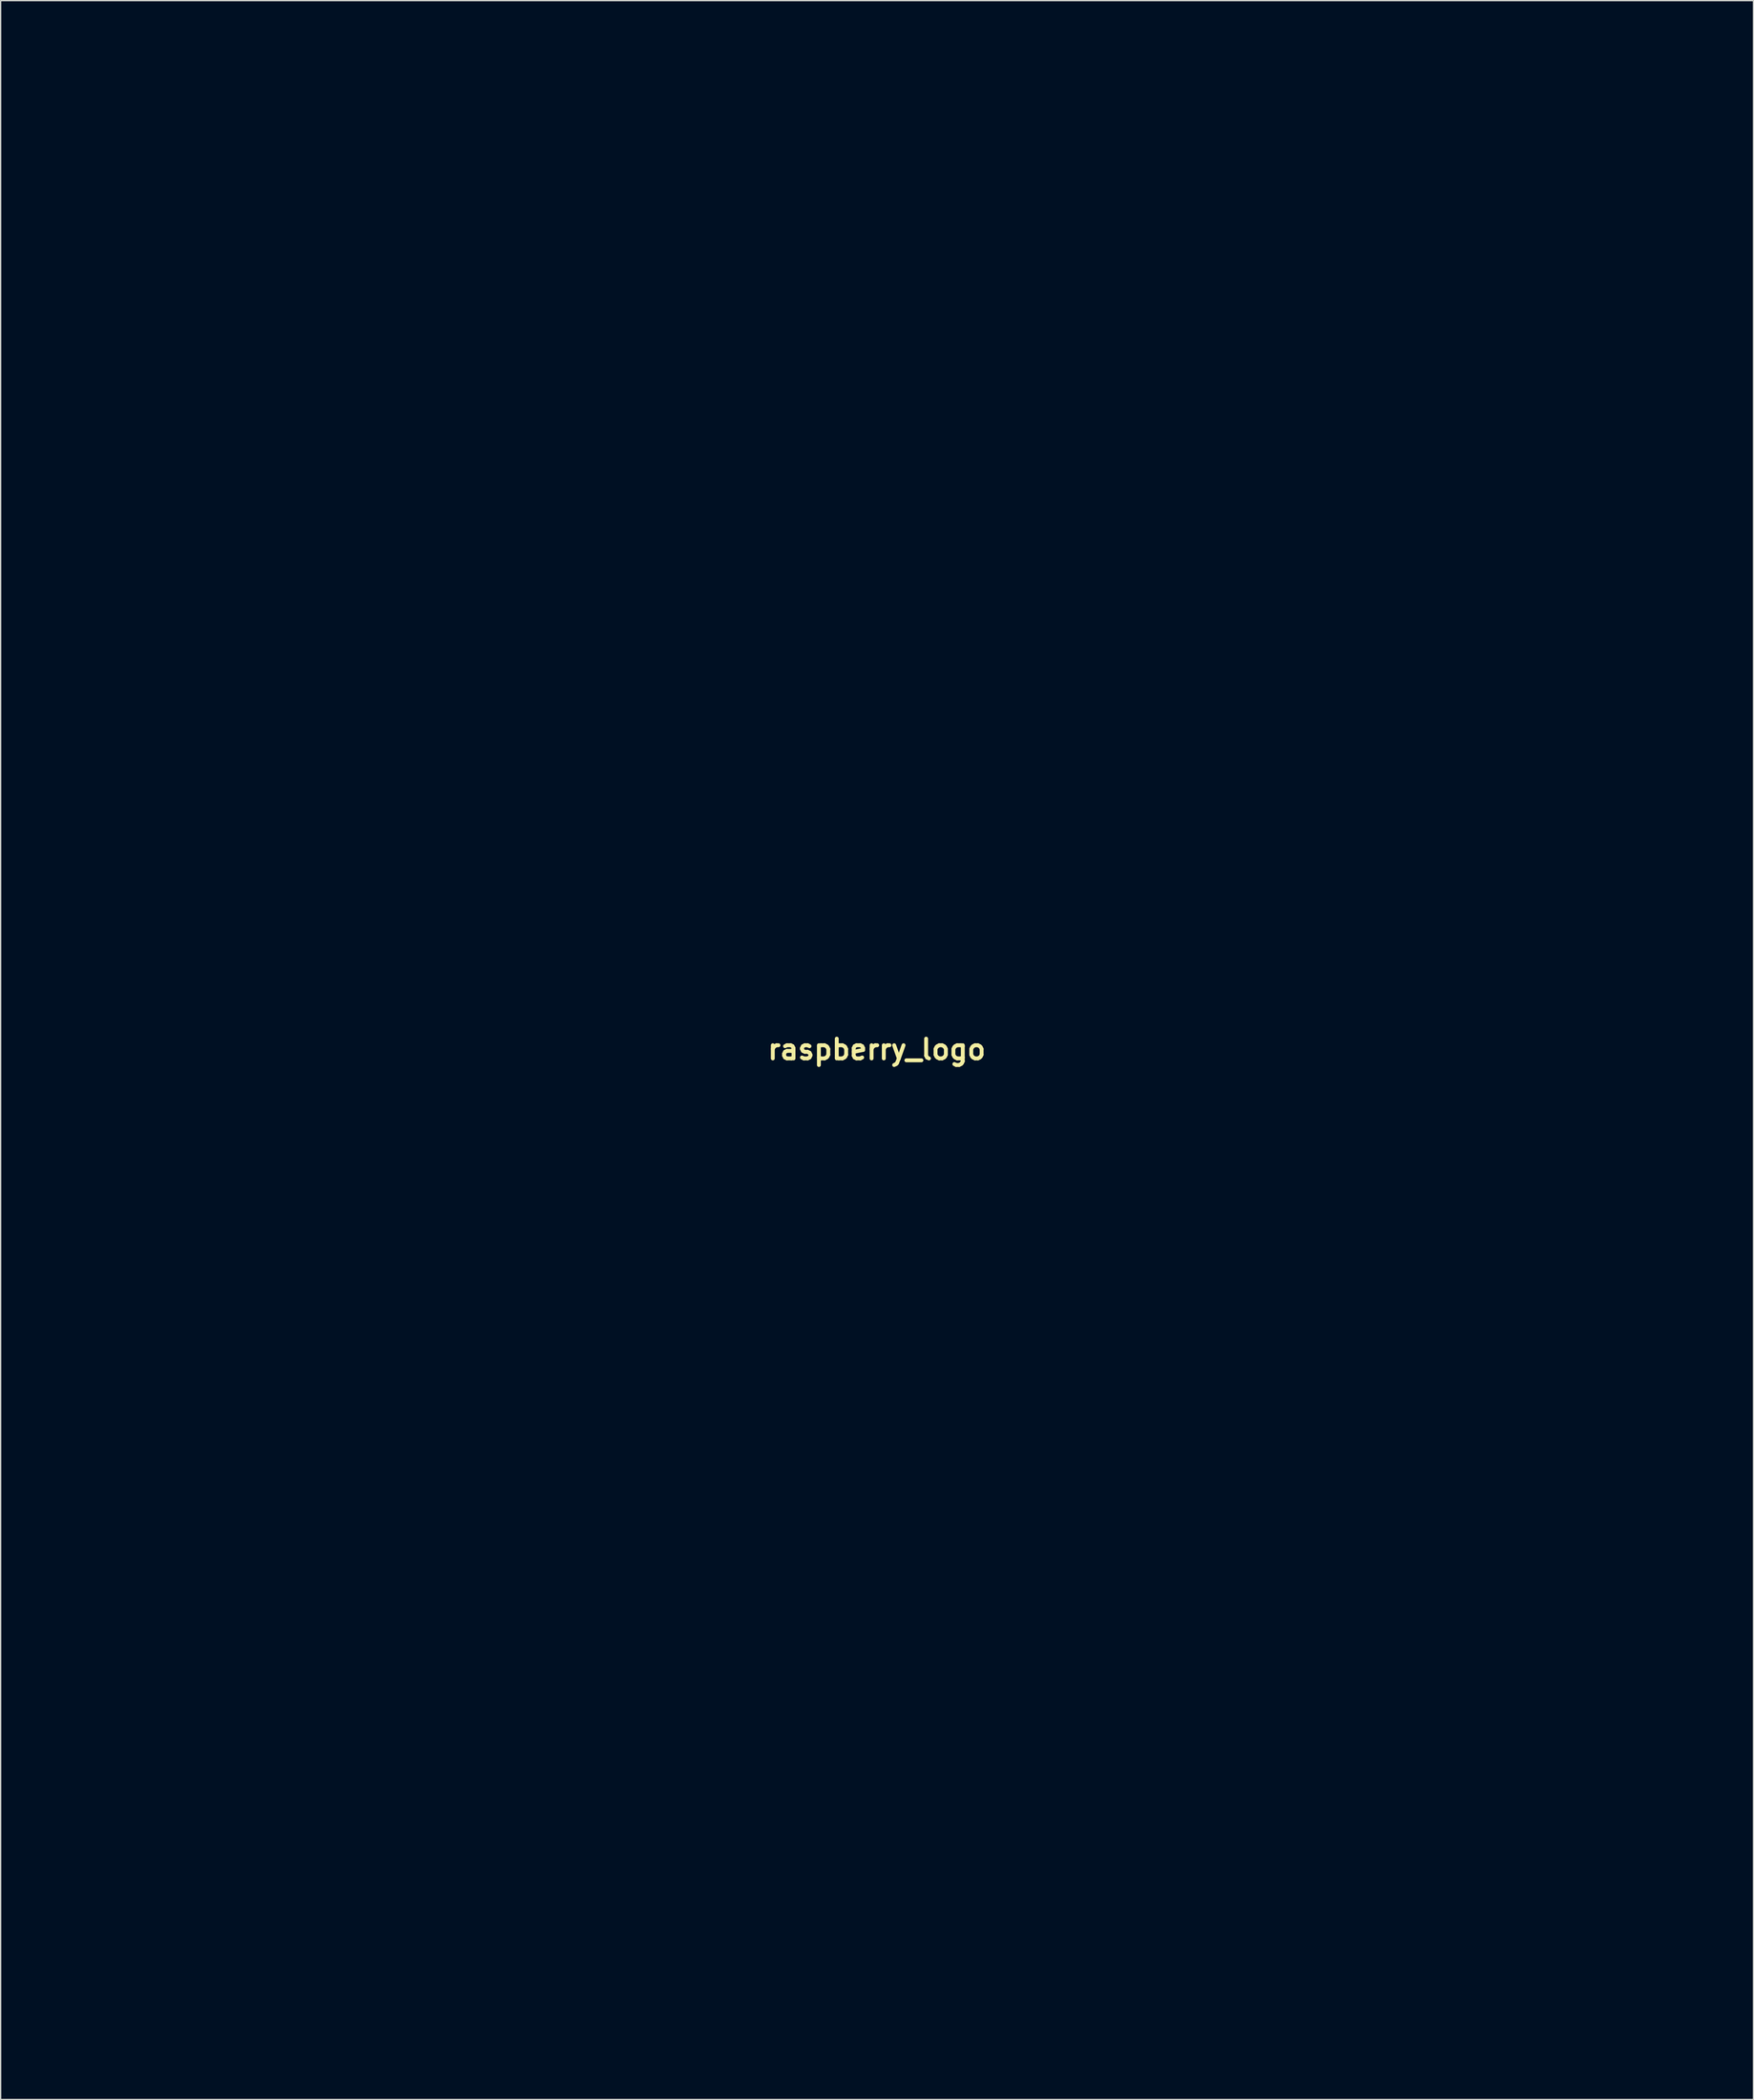
<source format=kicad_pcb>
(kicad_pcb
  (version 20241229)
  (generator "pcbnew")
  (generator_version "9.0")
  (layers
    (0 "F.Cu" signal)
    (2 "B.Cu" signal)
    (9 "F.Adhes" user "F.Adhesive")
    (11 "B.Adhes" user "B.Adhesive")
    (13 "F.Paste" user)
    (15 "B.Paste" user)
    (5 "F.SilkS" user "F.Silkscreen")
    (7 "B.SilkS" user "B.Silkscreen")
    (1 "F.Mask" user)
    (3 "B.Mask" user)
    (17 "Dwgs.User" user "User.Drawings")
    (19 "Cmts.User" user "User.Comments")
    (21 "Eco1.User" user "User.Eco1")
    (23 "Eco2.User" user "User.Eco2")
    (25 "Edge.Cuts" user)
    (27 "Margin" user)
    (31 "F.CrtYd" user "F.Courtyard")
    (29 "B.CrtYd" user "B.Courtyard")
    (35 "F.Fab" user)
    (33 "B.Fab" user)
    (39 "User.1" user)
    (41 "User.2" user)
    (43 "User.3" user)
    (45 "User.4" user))
  (footprint "raspberry_logo"
    (layer "F.Cu")
    (at 64.596 77.888)
    (property "Reference" "raspberry_logo" (at 0 0 0) (layer "F.SilkS") (effects (font (size 1.524 1.524) (thickness 0.3))))
    (attr through_hole)
    (fp_poly (pts (xy 54.038 -33.172) (xy 57.362 -33.147) (xy 57.891 -32.903) (xy 58.482 -32.544) (xy 58.945 -32.076) (xy 59.275 -31.509) (xy 59.464 -30.852) (xy 59.502 -30.52) (xy 59.487 -29.771) (xy 59.343 -29.115) (xy 59.073 -28.56) (xy 58.681 -28.115) (xy 58.414 -27.92) (xy 57.986 -27.654) (xy 58.224 -27.533) (xy 58.563 -27.32) (xy 58.833 -27.052) (xy 59.044 -26.706) (xy 59.205 -26.263) (xy 59.324 -25.702) (xy 59.409 -25.003) (xy 59.438 -24.66) (xy 59.497 -24.035) (xy 59.574 -23.529) (xy 59.664 -23.164) (xy 59.682 -23.115) (xy 59.843 -22.691) (xy 57.416 -22.691) (xy 57.329 -23.135) (xy 57.284 -23.407) (xy 57.233 -23.79) (xy 57.182 -24.228) (xy 57.15 -24.543) (xy 57.082 -25.121) (xy 56.997 -25.563) (xy 56.883 -25.902) (xy 56.731 -26.171) (xy 56.579 -26.353) (xy 56.419 -26.494) (xy 56.229 -26.598) (xy 55.983 -26.671) (xy 55.654 -26.718) (xy 55.217 -26.744) (xy 54.643 -26.754) (xy 54.462 -26.754) (xy 53.171 -26.755) (xy 53.171 -22.691) (xy 50.715 -22.691) (xy 50.715 -28.429) (xy 53.171 -28.429) (xy 54.673 -28.461) (xy 55.228 -28.474) (xy 55.642 -28.491) (xy 55.941 -28.513) (xy 56.156 -28.544) (xy 56.312 -28.588) (xy 56.439 -28.646) (xy 56.464 -28.66) (xy 56.805 -28.925) (xy 57.015 -29.258) (xy 57.119 -29.699) (xy 57.122 -29.73) (xy 57.112 -30.242) (xy 56.972 -30.67) (xy 56.712 -30.996) (xy 56.455 -31.158) (xy 56.299 -31.22) (xy 56.124 -31.264) (xy 55.901 -31.294) (xy 55.598 -31.312) (xy 55.187 -31.322) (xy 54.637 -31.325) (xy 54.631 -31.325) (xy 53.171 -31.327) (xy 53.171 -28.429) (xy 50.715 -28.429) (xy 50.715 -33.197) (xy 54.038 -33.172)) (stroke (width 0.01) (type solid)) (fill yes) (layer "F.Mask"))
    (fp_poly (pts (xy 55.5 -37.54) (xy 55.958 -37.533) (xy 56.316 -37.519) (xy 56.608 -37.493) (xy 56.868 -37.452) (xy 57.13 -37.395) (xy 57.427 -37.317) (xy 58.653 -36.898) (xy 59.804 -36.328) (xy 60.871 -35.613) (xy 61.845 -34.759) (xy 61.849 -34.755) (xy 62.705 -33.782) (xy 63.418 -32.718) (xy 63.988 -31.563) (xy 64.407 -30.348) (xy 64.488 -30.048) (xy 64.548 -29.79) (xy 64.59 -29.54) (xy 64.617 -29.263) (xy 64.632 -28.925) (xy 64.638 -28.492) (xy 64.639 -27.93) (xy 64.639 -27.813) (xy 64.636 -27.218) (xy 64.628 -26.759) (xy 64.612 -26.399) (xy 64.585 -26.106) (xy 64.544 -25.844) (xy 64.485 -25.579) (xy 64.41 -25.292) (xy 63.997 -24.08) (xy 63.44 -22.948) (xy 62.751 -21.906) (xy 61.941 -20.964) (xy 61.021 -20.133) (xy 60.002 -19.423) (xy 58.894 -18.844) (xy 57.709 -18.406) (xy 56.717 -18.164) (xy 56.228 -18.098) (xy 55.624 -18.058) (xy 54.96 -18.044) (xy 54.289 -18.055) (xy 53.665 -18.092) (xy 53.141 -18.155) (xy 53.082 -18.165) (xy 51.921 -18.458) (xy 50.786 -18.907) (xy 49.703 -19.497) (xy 48.699 -20.215) (xy 47.967 -20.874) (xy 47.139 -21.817) (xy 46.438 -22.857) (xy 45.875 -23.973) (xy 45.461 -25.144) (xy 45.253 -26.057) (xy 45.178 -26.658) (xy 45.139 -27.36) (xy 45.136 -27.813) (xy 46.864 -27.813) (xy 46.868 -27.268) (xy 46.884 -26.846) (xy 46.916 -26.502) (xy 46.969 -26.192) (xy 47.048 -25.868) (xy 47.06 -25.823) (xy 47.45 -24.698) (xy 47.98 -23.66) (xy 48.638 -22.721) (xy 49.414 -21.89) (xy 50.299 -21.176) (xy 51.282 -20.59) (xy 52.354 -20.14) (xy 53.255 -19.888) (xy 53.945 -19.783) (xy 54.727 -19.744) (xy 55.541 -19.767) (xy 56.325 -19.852) (xy 57.02 -19.996) (xy 57.102 -20.02) (xy 58.201 -20.431) (xy 59.219 -20.985) (xy 60.143 -21.671) (xy 60.96 -22.478) (xy 61.658 -23.395) (xy 62.149 -24.257) (xy 62.435 -24.871) (xy 62.645 -25.415) (xy 62.79 -25.934) (xy 62.88 -26.479) (xy 62.926 -27.096) (xy 62.938 -27.813) (xy 62.925 -28.548) (xy 62.878 -29.162) (xy 62.787 -29.706) (xy 62.641 -30.225) (xy 62.429 -30.77) (xy 62.149 -31.369) (xy 61.569 -32.36) (xy 60.856 -33.256) (xy 60.026 -34.046) (xy 59.094 -34.716) (xy 58.075 -35.253) (xy 56.985 -35.646) (xy 56.938 -35.659) (xy 56.413 -35.764) (xy 55.775 -35.831) (xy 55.076 -35.86) (xy 54.366 -35.85) (xy 53.695 -35.802) (xy 53.116 -35.716) (xy 52.893 -35.663) (xy 51.774 -35.269) (xy 50.74 -34.733) (xy 49.802 -34.066) (xy 48.97 -33.279) (xy 48.253 -32.381) (xy 47.663 -31.383) (xy 47.21 -30.297) (xy 47.06 -29.803) (xy 46.978 -29.474) (xy 46.922 -29.165) (xy 46.887 -28.828) (xy 46.869 -28.419) (xy 46.864 -27.892) (xy 46.864 -27.813) (xy 45.136 -27.813) (xy 45.135 -28.101) (xy 45.166 -28.816) (xy 45.232 -29.443) (xy 45.252 -29.563) (xy 45.548 -30.78) (xy 45.995 -31.937) (xy 46.583 -33.02) (xy 47.301 -34.019) (xy 48.137 -34.922) (xy 49.082 -35.716) (xy 50.125 -36.392) (xy 51.254 -36.936) (xy 52.385 -37.317) (xy 52.684 -37.395) (xy 52.946 -37.453) (xy 53.206 -37.493) (xy 53.498 -37.519) (xy 53.857 -37.534) (xy 54.316 -37.54) (xy 54.906 -37.542) (xy 55.5 -37.54)) (stroke (width 0.01) (type solid)) (fill yes) (layer "F.Mask"))
    (fp_poly (pts (xy 25.381 -77.847) (xy 25.865 -77.751) (xy 26.354 -77.587) (xy 26.752 -77.416) (xy 27.383 -77.126) (xy 28.149 -77.294) (xy 28.755 -77.425) (xy 29.232 -77.521) (xy 29.615 -77.588) (xy 29.938 -77.63) (xy 30.237 -77.653) (xy 30.546 -77.663) (xy 30.649 -77.663) (xy 31.581 -77.591) (xy 32.451 -77.367) (xy 33.247 -76.997) (xy 33.719 -76.679) (xy 34.122 -76.369) (xy 35.243 -76.368) (xy 36.086 -76.34) (xy 36.805 -76.249) (xy 37.436 -76.086) (xy 38.017 -75.839) (xy 38.585 -75.497) (xy 38.852 -75.305) (xy 39.351 -74.93) (xy 40.344 -74.93) (xy 40.861 -74.917) (xy 41.433 -74.882) (xy 41.973 -74.831) (xy 42.229 -74.798) (xy 43.22 -74.608) (xy 44.074 -74.348) (xy 44.81 -74.009) (xy 45.449 -73.582) (xy 45.957 -73.116) (xy 46.44 -72.609) (xy 47.413 -72.631) (xy 48.322 -72.597) (xy 49.126 -72.446) (xy 49.853 -72.169) (xy 50.53 -71.755) (xy 51.096 -71.277) (xy 51.717 -70.6) (xy 52.178 -69.886) (xy 52.489 -69.116) (xy 52.659 -68.269) (xy 52.699 -67.522) (xy 52.692 -67.071) (xy 52.668 -66.728) (xy 52.616 -66.431) (xy 52.527 -66.117) (xy 52.441 -65.863) (xy 52.184 -65.135) (xy 52.422 -64.72) (xy 52.758 -64.01) (xy 52.968 -63.252) (xy 53.061 -62.477) (xy 53.068 -61.799) (xy 52.996 -61.175) (xy 52.833 -60.556) (xy 52.569 -59.894) (xy 52.361 -59.464) (xy 51.901 -58.559) (xy 51.996 -58.011) (xy 52.036 -57.66) (xy 52.056 -57.224) (xy 52.053 -56.784) (xy 52.048 -56.693) (xy 51.962 -55.979) (xy 51.778 -55.306) (xy 51.483 -54.643) (xy 51.064 -53.959) (xy 50.563 -53.294) (xy 50.087 -52.705) (xy 50.111 -51.856) (xy 50.098 -51.109) (xy 50.005 -50.435) (xy 49.821 -49.807) (xy 49.533 -49.197) (xy 49.129 -48.578) (xy 48.597 -47.923) (xy 48.169 -47.456) (xy 47.606 -46.863) (xy 47.554 -46.216) (xy 47.413 -45.406) (xy 47.129 -44.593) (xy 46.81 -43.975) (xy 46.549 -43.614) (xy 46.166 -43.188) (xy 45.685 -42.72) (xy 45.131 -42.232) (xy 44.526 -41.747) (xy 44.29 -41.569) (xy 43.94 -41.31) (xy 43.702 -41.121) (xy 43.549 -40.972) (xy 43.457 -40.835) (xy 43.4 -40.68) (xy 43.353 -40.48) (xy 43.266 -40.178) (xy 43.127 -39.795) (xy 42.962 -39.404) (xy 42.915 -39.303) (xy 42.567 -38.696) (xy 42.123 -38.138) (xy 41.567 -37.617) (xy 40.884 -37.119) (xy 40.059 -36.632) (xy 39.282 -36.24) (xy 38.309 -35.777) (xy 38.071 -35.257) (xy 37.698 -34.582) (xy 37.229 -33.991) (xy 36.65 -33.472) (xy 35.946 -33.015) (xy 35.102 -32.607) (xy 34.183 -32.264) (xy 33.609 -32.074) (xy 34.14 -31.731) (xy 34.771 -31.287) (xy 35.473 -30.729) (xy 36.22 -30.079) (xy 36.989 -29.363) (xy 37.753 -28.605) (xy 38.487 -27.828) (xy 39.165 -27.057) (xy 39.574 -26.558) (xy 40.314 -25.557) (xy 41.049 -24.43) (xy 41.756 -23.221) (xy 42.409 -21.973) (xy 42.984 -20.729) (xy 43.12 -20.405) (xy 43.782 -18.575) (xy 44.301 -16.656) (xy 44.676 -14.647) (xy 44.909 -12.552) (xy 44.982 -11.158) (xy 45.013 -10.166) (xy 45.429 -9.368) (xy 45.627 -8.997) (xy 45.79 -8.735) (xy 45.954 -8.538) (xy 46.155 -8.363) (xy 46.431 -8.165) (xy 46.437 -8.161) (xy 46.859 -7.851) (xy 47.366 -7.448) (xy 47.927 -6.979) (xy 48.507 -6.473) (xy 49.076 -5.959) (xy 49.601 -5.464) (xy 50.049 -5.017) (xy 50.116 -4.947) (xy 50.976 -3.972) (xy 51.833 -2.873) (xy 52.656 -1.695) (xy 53.416 -0.48) (xy 54.084 0.728) (xy 54.51 1.609) (xy 55.265 3.459) (xy 55.857 5.306) (xy 56.291 7.169) (xy 56.57 9.068) (xy 56.698 11.023) (xy 56.7 12.446) (xy 56.615 14.119) (xy 56.436 15.691) (xy 56.154 17.208) (xy 55.76 18.713) (xy 55.246 20.253) (xy 55.174 20.447) (xy 54.389 22.325) (xy 53.485 24.084) (xy 52.464 25.721) (xy 51.593 26.905) (xy 51.337 27.23) (xy 51.115 27.512) (xy 50.95 27.721) (xy 50.867 27.828) (xy 50.866 27.829) (xy 50.822 27.942) (xy 50.749 28.19) (xy 50.655 28.546) (xy 50.548 28.979) (xy 50.46 29.353) (xy 50.053 31.003) (xy 49.577 32.717) (xy 49.11 34.245) (xy 48.992 34.62) (xy 48.906 34.927) (xy 48.844 35.204) (xy 48.802 35.494) (xy 48.772 35.835) (xy 48.749 36.269) (xy 48.729 36.788) (xy 48.57 38.864) (xy 48.248 40.911) (xy 47.768 42.919) (xy 47.134 44.879) (xy 46.352 46.782) (xy 45.426 48.618) (xy 44.361 50.38) (xy 43.163 52.057) (xy 41.835 53.641) (xy 40.383 55.123) (xy 38.812 56.494) (xy 37.579 57.429) (xy 36.345 58.253) (xy 35.022 59.035) (xy 33.655 59.751) (xy 32.288 60.379) (xy 30.965 60.896) (xy 30.69 60.99) (xy 30.347 61.109) (xy 30.058 61.224) (xy 29.789 61.353) (xy 29.507 61.515) (xy 29.178 61.728) (xy 28.769 62.012) (xy 28.431 62.253) (xy 26.455 63.598) (xy 24.387 64.879) (xy 22.268 66.072) (xy 20.136 67.156) (xy 18.031 68.108) (xy 17.907 68.16) (xy 16.637 68.693) (xy 15.625 69.747) (xy 14.081 71.241) (xy 12.448 72.595) (xy 10.735 73.805) (xy 8.946 74.869) (xy 7.089 75.784) (xy 5.17 76.545) (xy 3.195 77.15) (xy 1.171 77.596) (xy -0.296 77.815) (xy -1.025 77.883) (xy -1.876 77.932) (xy -2.803 77.961) (xy -3.76 77.969) (xy -4.701 77.957) (xy -5.579 77.924) (xy -6.348 77.87) (xy -6.519 77.853) (xy -8.165 77.612) (xy -9.861 77.237) (xy -11.571 76.74) (xy -13.258 76.133) (xy -14.887 75.429) (xy -16.42 74.638) (xy -16.465 74.612) (xy -17.607 73.918) (xy -18.78 73.116) (xy -19.942 72.238) (xy -21.051 71.319) (xy -22.064 70.391) (xy -22.606 69.846) (xy -23.241 69.181) (xy -24.68 68.614) (xy -27.403 67.45) (xy -30.073 66.126) (xy -32.686 64.644) (xy -35.24 63.005) (xy -35.934 62.51) (xy -20.098 62.51) (xy -20.02 62.921) (xy -19.843 63.359) (xy -19.56 63.838) (xy -19.164 64.371) (xy -18.647 64.971) (xy -18.003 65.652) (xy -17.7 65.958) (xy -16.334 67.207) (xy -14.887 68.308) (xy -13.355 69.264) (xy -11.732 70.077) (xy -10.015 70.75) (xy -9.547 70.904) (xy -8.252 71.279) (xy -7.037 71.552) (xy -5.851 71.73) (xy -4.643 71.821) (xy -3.364 71.831) (xy -3.133 71.826) (xy -2.564 71.804) (xy -1.976 71.771) (xy -1.422 71.732) (xy -0.954 71.69) (xy -0.762 71.667) (xy 0.926 71.365) (xy 2.6 70.9) (xy 4.247 70.279) (xy 5.851 69.508) (xy 7.4 68.593) (xy 8.878 67.542) (xy 9.751 66.827) (xy 10.237 66.384) (xy 10.749 65.88) (xy 11.265 65.337) (xy 11.767 64.78) (xy 12.233 64.231) (xy 12.643 63.713) (xy 12.978 63.252) (xy 13.216 62.868) (xy 13.292 62.718) (xy 13.44 62.232) (xy 13.505 61.676) (xy 13.48 61.131) (xy 13.44 60.919) (xy 13.369 60.7) (xy 13.256 60.487) (xy 13.078 60.244) (xy 12.809 59.936) (xy 12.66 59.776) (xy 11.991 59.124) (xy 11.341 58.627) (xy 10.694 58.271) (xy 10.456 58.174) (xy 10.152 58.06) (xy 9.754 57.908) (xy 9.326 57.742) (xy 9.102 57.655) (xy 8.1 57.291) (xy 7.068 56.969) (xy 6.06 56.704) (xy 5.129 56.511) (xy 4.953 56.482) (xy 4.103 56.348) (xy 3.403 56.239) (xy 2.835 56.152) (xy 2.381 56.086) (xy 2.025 56.036) (xy 1.748 56.002) (xy 1.532 55.98) (xy 1.361 55.969) (xy 1.217 55.965) (xy 1.198 55.965) (xy 0.941 55.954) (xy 0.565 55.926) (xy 0.122 55.883) (xy -0.339 55.831) (xy -0.349 55.83) (xy -0.674 55.792) (xy -0.97 55.765) (xy -1.262 55.747) (xy -1.576 55.739) (xy -1.938 55.74) (xy -2.373 55.752) (xy -2.907 55.774) (xy -3.566 55.805) (xy -4.126 55.834) (xy -4.996 55.88) (xy -5.725 55.922) (xy -6.342 55.962) (xy -6.874 56.004) (xy -7.352 56.05) (xy -7.802 56.103) (xy -8.253 56.166) (xy -8.734 56.243) (xy -9.273 56.335) (xy -9.61 56.395) (xy -10.679 56.593) (xy -11.593 56.778) (xy -12.365 56.954) (xy -13.008 57.123) (xy -13.535 57.288) (xy -13.674 57.338) (xy -14.057 57.48) (xy -14.525 57.651) (xy -15.004 57.826) (xy -15.24 57.911) (xy -15.753 58.12) (xy -16.324 58.394) (xy -16.916 58.712) (xy -17.493 59.051) (xy -18.016 59.389) (xy -18.45 59.706) (xy -18.717 59.939) (xy -18.863 60.077) (xy -19.069 60.262) (xy -19.141 60.326) (xy -19.509 60.738) (xy -19.816 61.286) (xy -19.987 61.718) (xy -20.085 62.113) (xy -20.098 62.51) (xy -35.934 62.51) (xy -37.321 61.52) (xy -37.837 61.142) (xy -38.267 60.849) (xy -38.652 60.614) (xy -39.035 60.413) (xy -39.458 60.219) (xy -39.522 60.191) (xy -40.749 59.609) (xy -42.022 58.901) (xy -43.305 58.092) (xy -44.565 57.204) (xy -45.767 56.261) (xy -46.877 55.288) (xy -47.484 54.699) (xy -47.696 54.476) (xy -47.988 54.157) (xy -48.332 53.773) (xy -48.697 53.358) (xy -48.963 53.051) (xy -50.155 51.541) (xy -51.248 49.909) (xy -52.23 48.178) (xy -53.092 46.371) (xy -53.822 44.508) (xy -54.41 42.612) (xy -54.846 40.706) (xy -54.908 40.363) (xy -55.01 39.812) (xy -55.115 39.354) (xy -55.243 38.927) (xy -55.41 38.467) (xy -55.612 37.973) (xy -56.396 35.955) (xy -49.138 35.955) (xy -49.085 37.192) (xy -48.962 38.442) (xy -48.885 38.989) (xy -48.616 40.362) (xy -48.226 41.78) (xy -47.736 43.19) (xy -47.162 44.538) (xy -46.739 45.381) (xy -45.778 47.004) (xy -44.706 48.502) (xy -43.515 49.883) (xy -42.197 51.156) (xy -40.747 52.329) (xy -40.598 52.438) (xy -39.73 53.047) (xy -38.92 53.562) (xy -38.11 54.015) (xy -37.246 54.438) (xy -36.407 54.805) (xy -35.034 55.331) (xy -33.675 55.754) (xy -32.349 56.071) (xy -31.075 56.279) (xy -29.873 56.374) (xy -28.761 56.352) (xy -28.34 56.309) (xy -27.995 56.242) (xy -27.568 56.127) (xy -27.134 55.986) (xy -26.985 55.931) (xy -26.584 55.764) (xy -26.284 55.607) (xy -26.022 55.419) (xy -25.738 55.16) (xy -25.631 55.055) (xy -25.313 54.719) (xy -24.958 54.314) (xy -24.625 53.91) (xy -24.513 53.766) (xy -24.243 53.382) (xy -24.022 52.998) (xy -23.844 52.589) (xy -23.704 52.132) (xy -23.596 51.604) (xy -23.515 50.982) (xy -23.454 50.241) (xy -23.408 49.359) (xy -23.401 49.191) (xy -23.383 48.678) (xy -23.377 48.292) (xy -23.387 47.99) (xy -23.416 47.731) (xy -23.467 47.471) (xy -23.543 47.169) (xy -23.568 47.075) (xy -23.669 46.682) (xy -23.788 46.184) (xy -23.912 45.639) (xy -24.027 45.106) (xy -24.044 45.027) (xy -24.413 43.641) (xy -24.934 42.298) (xy -25.526 41.148) (xy -25.719 40.801) (xy -25.898 40.455) (xy -26.027 40.176) (xy -26.045 40.132) (xy -26.2 39.793) (xy -26.437 39.346) (xy -26.738 38.821) (xy -27.084 38.247) (xy -27.457 37.654) (xy -27.839 37.07) (xy -28.211 36.525) (xy -28.555 36.048) (xy -28.614 35.973) (xy -20.883 35.973) (xy -20.834 36.551) (xy -20.734 37.22) (xy -20.589 37.945) (xy -20.406 38.693) (xy -20.19 39.431) (xy -20.15 39.552) (xy -19.666 40.874) (xy -19.118 42.068) (xy -18.486 43.17) (xy -17.747 44.216) (xy -16.88 45.242) (xy -16.341 45.81) (xy -15.706 46.434) (xy -15.121 46.958) (xy -14.536 47.421) (xy -13.902 47.862) (xy -13.171 48.319) (xy -13.156 48.329) (xy -12.652 48.626) (xy -12.228 48.865) (xy -11.837 49.068) (xy -11.432 49.257) (xy -10.968 49.454) (xy -10.399 49.682) (xy -10.287 49.726) (xy -8.709 50.257) (xy -7.067 50.643) (xy -5.388 50.88) (xy -3.701 50.965) (xy -2.032 50.893) (xy -1.566 50.844) (xy 0.104 50.568) (xy 1.728 50.149) (xy 3.295 49.595) (xy 4.793 48.914) (xy 5.799 48.345) (xy 15.969 48.345) (xy 15.983 49.343) (xy 16.037 50.276) (xy 16.129 51.119) (xy 16.257 51.846) (xy 16.418 52.433) (xy 16.424 52.451) (xy 16.616 52.899) (xy 16.894 53.42) (xy 17.229 53.965) (xy 17.589 54.484) (xy 17.884 54.856) (xy 18.234 55.175) (xy 18.722 55.488) (xy 19.315 55.778) (xy 19.98 56.03) (xy 20.685 56.23) (xy 20.87 56.271) (xy 21.271 56.323) (xy 21.811 56.342) (xy 22.46 56.33) (xy 23.192 56.288) (xy 23.979 56.217) (xy 24.419 56.166) (xy 26.226 55.856) (xy 27.996 55.386) (xy 29.717 54.762) (xy 31.379 53.99) (xy 32.969 53.078) (xy 34.476 52.03) (xy 35.888 50.856) (xy 37.194 49.56) (xy 38.349 48.193) (xy 39.325 46.8) (xy 40.196 45.294) (xy 40.949 43.703) (xy 41.574 42.054) (xy 42.06 40.374) (xy 42.394 38.691) (xy 42.453 38.269) (xy 42.511 37.69) (xy 42.556 36.999) (xy 42.586 36.243) (xy 42.601 35.471) (xy 42.599 34.733) (xy 42.579 34.076) (xy 42.551 33.655) (xy 42.468 32.965) (xy 42.341 32.198) (xy 42.178 31.387) (xy 41.988 30.567) (xy 41.779 29.772) (xy 41.56 29.037) (xy 41.34 28.396) (xy 41.127 27.884) (xy 41.093 27.813) (xy 40.776 27.255) (xy 40.393 26.7) (xy 39.979 26.195) (xy 39.571 25.785) (xy 39.426 25.665) (xy 38.825 25.29) (xy 38.104 24.988) (xy 37.301 24.771) (xy 36.453 24.65) (xy 36.021 24.629) (xy 35.595 24.633) (xy 35.17 24.664) (xy 34.7 24.728) (xy 34.134 24.829) (xy 33.867 24.883) (xy 33.411 24.978) (xy 33.047 25.061) (xy 32.736 25.148) (xy 32.442 25.25) (xy 32.125 25.384) (xy 31.75 25.56) (xy 31.277 25.795) (xy 31.033 25.918) (xy 30.535 26.173) (xy 30.06 26.422) (xy 29.64 26.649) (xy 29.306 26.836) (xy 29.091 26.966) (xy 29.086 26.969) (xy 28.804 27.169) (xy 28.449 27.435) (xy 28.058 27.741) (xy 27.665 28.057) (xy 27.308 28.354) (xy 27.021 28.603) (xy 26.861 28.755) (xy 26.716 28.893) (xy 26.47 29.114) (xy 26.15 29.395) (xy 25.785 29.71) (xy 25.557 29.905) (xy 25.217 30.198) (xy 24.901 30.487) (xy 24.589 30.79) (xy 24.266 31.125) (xy 23.914 31.512) (xy 23.515 31.968) (xy 23.052 32.513) (xy 22.507 33.165) (xy 22.285 33.434) (xy 22.099 33.675) (xy 21.839 34.038) (xy 21.518 34.501) (xy 21.151 35.042) (xy 20.753 35.639) (xy 20.337 36.271) (xy 19.919 36.916) (xy 19.513 37.551) (xy 19.133 38.155) (xy 18.897 38.538) (xy 18.692 38.904) (xy 18.45 39.386) (xy 18.191 39.939) (xy 17.934 40.52) (xy 17.7 41.083) (xy 17.508 41.587) (xy 17.484 41.656) (xy 17.352 42.021) (xy 17.19 42.45) (xy 17.034 42.85) (xy 17.033 42.852) (xy 16.936 43.134) (xy 16.814 43.544) (xy 16.678 44.048) (xy 16.538 44.608) (xy 16.403 45.188) (xy 16.377 45.307) (xy 16.243 45.926) (xy 16.142 46.416) (xy 16.07 46.816) (xy 16.022 47.163) (xy 15.993 47.494) (xy 15.977 47.846) (xy 15.97 48.256) (xy 15.969 48.345) (xy 5.799 48.345) (xy 6.211 48.111) (xy 7.538 47.196) (xy 8.762 46.175) (xy 9.871 45.056) (xy 10.855 43.845) (xy 11.701 42.552) (xy 11.964 42.079) (xy 12.565 40.864) (xy 13.039 39.713) (xy 13.396 38.589) (xy 13.645 37.457) (xy 13.797 36.282) (xy 13.855 35.306) (xy 13.87 34.728) (xy 13.869 34.251) (xy 13.85 33.817) (xy 13.809 33.368) (xy 13.742 32.846) (xy 13.687 32.47) (xy 13.489 31.383) (xy 13.229 30.356) (xy 12.916 29.414) (xy 12.559 28.584) (xy 12.166 27.892) (xy 12.122 27.827) (xy 11.947 27.558) (xy 11.725 27.199) (xy 11.493 26.808) (xy 11.379 26.608) (xy 11.007 26.024) (xy 10.537 25.392) (xy 10.004 24.757) (xy 9.446 24.159) (xy 8.9 23.642) (xy 8.556 23.36) (xy 8.208 23.093) (xy 7.865 22.822) (xy 7.579 22.59) (xy 7.465 22.494) (xy 6.624 21.849) (xy 5.668 21.248) (xy 4.644 20.714) (xy 3.6 20.271) (xy 2.583 19.945) (xy 2.361 19.89) (xy 1.948 19.787) (xy 1.535 19.675) (xy 1.193 19.573) (xy 1.101 19.543) (xy 0.304 19.319) (xy -0.619 19.148) (xy -1.633 19.029) (xy -2.702 18.967) (xy -3.792 18.962) (xy -4.866 19.017) (xy -5.884 19.134) (xy -7.269 19.392) (xy -8.604 19.746) (xy -9.93 20.209) (xy -11.288 20.795) (xy -11.989 21.136) (xy -13.306 21.881) (xy -14.555 22.747) (xy -15.714 23.715) (xy -16.76 24.766) (xy -17.671 25.878) (xy -17.899 26.199) (xy -18.177 26.614) (xy -18.442 27.027) (xy -18.67 27.398) (xy -18.832 27.683) (xy -18.856 27.731) (xy -19.045 28.093) (xy -19.259 28.482) (xy -19.387 28.702) (xy -19.654 29.224) (xy -19.918 29.873) (xy -20.164 30.609) (xy -20.38 31.389) (xy -20.553 32.172) (xy -20.613 32.512) (xy -20.686 33.014) (xy -20.748 33.518) (xy -20.793 33.972) (xy -20.816 34.323) (xy -20.817 34.375) (xy -20.829 34.781) (xy -20.851 35.206) (xy -20.876 35.518) (xy -20.883 35.973) (xy -28.614 35.973) (xy -28.769 35.772) (xy -29.091 35.387) (xy -29.493 34.93) (xy -29.956 34.421) (xy -30.462 33.879) (xy -30.991 33.324) (xy -31.525 32.775) (xy -32.043 32.252) (xy -32.528 31.775) (xy -32.96 31.363) (xy -33.319 31.035) (xy -33.587 30.812) (xy -33.613 30.793) (xy -33.938 30.546) (xy -34.299 30.259) (xy -34.544 30.056) (xy -34.912 29.776) (xy -35.404 29.451) (xy -35.984 29.099) (xy -36.619 28.739) (xy -37.275 28.389) (xy -37.918 28.069) (xy -38.514 27.795) (xy -39.028 27.588) (xy -39.116 27.557) (xy -39.785 27.335) (xy -40.348 27.169) (xy -40.854 27.053) (xy -41.353 26.976) (xy -41.893 26.931) (xy -42.525 26.908) (xy -42.822 26.903) (xy -43.359 26.898) (xy -43.763 26.901) (xy -44.07 26.915) (xy -44.314 26.944) (xy -44.531 26.991) (xy -44.758 27.059) (xy -44.831 27.084) (xy -45.738 27.477) (xy -46.562 28.015) (xy -47.292 28.689) (xy -47.718 29.208) (xy -48.097 29.837) (xy -48.421 30.609) (xy -48.687 31.504) (xy -48.895 32.505) (xy -49.04 33.593) (xy -49.122 34.749) (xy -49.138 35.955) (xy -56.396 35.955) (xy -56.485 35.725) (xy -57.277 33.346) (xy -57.979 30.86) (xy -58.083 30.452) (xy -58.505 28.773) (xy -58.999 28.166) (xy -59.939 26.934) (xy -60.802 25.637) (xy -61.579 24.299) (xy -62.301 22.885) (xy -62.913 21.478) (xy -63.425 20.047) (xy -63.846 18.56) (xy -64.187 16.987) (xy -64.457 15.295) (xy -64.522 14.784) (xy -64.564 14.285) (xy -64.587 13.634) (xy -64.59 12.853) (xy -58.457 12.853) (xy -58.348 14.451) (xy -58.103 16.048) (xy -57.726 17.606) (xy -57.225 19.085) (xy -57.178 19.202) (xy -56.813 20.038) (xy -56.389 20.891) (xy -55.92 21.741) (xy -55.42 22.565) (xy -54.904 23.343) (xy -54.387 24.053) (xy -53.881 24.673) (xy -53.403 25.183) (xy -52.966 25.56) (xy -52.874 25.624) (xy -52.531 25.81) (xy -52.201 25.876) (xy -51.842 25.822) (xy -51.411 25.648) (xy -51.35 25.618) (xy -51.09 25.479) (xy -50.879 25.354) (xy -50.799 25.297) (xy -50.624 25.122) (xy -50.403 24.864) (xy -50.171 24.571) (xy -49.966 24.291) (xy -49.826 24.07) (xy -49.799 24.016) (xy -49.687 23.817) (xy -49.508 23.559) (xy -49.367 23.381) (xy -49.048 22.928) (xy -48.728 22.35) (xy -48.428 21.688) (xy -48.17 20.986) (xy -48.098 20.753) (xy -47.984 20.382) (xy -47.879 20.06) (xy -47.797 19.829) (xy -47.762 19.746) (xy -47.616 19.423) (xy -47.447 18.966) (xy -47.264 18.409) (xy -47.076 17.784) (xy -46.892 17.124) (xy -46.722 16.461) (xy -46.575 15.829) (xy -46.459 15.26) (xy -46.394 14.859) (xy -46.34 14.496) (xy -46.285 14.181) (xy -46.237 13.963) (xy -46.222 13.914) (xy -46.173 13.736) (xy -46.106 13.422) (xy -46.025 13.004) (xy -45.936 12.512) (xy -45.845 11.98) (xy -45.756 11.437) (xy -45.677 10.916) (xy -45.611 10.448) (xy -45.585 10.245) (xy -45.552 9.899) (xy -45.518 9.418) (xy -45.486 8.833) (xy -45.457 8.179) (xy -45.432 7.489) (xy -45.418 6.954) (xy -40.315 6.954) (xy -40.309 7.379) (xy -40.293 7.748) (xy -40.263 8.106) (xy -40.216 8.5) (xy -40.148 8.977) (xy -40.077 9.44) (xy -39.756 10.981) (xy -39.288 12.447) (xy -38.682 13.832) (xy -37.943 15.129) (xy -37.082 16.329) (xy -36.105 17.427) (xy -35.02 18.413) (xy -33.836 19.282) (xy -32.56 20.025) (xy -31.2 20.636) (xy -29.764 21.107) (xy -28.26 21.431) (xy -26.983 21.581) (xy -25.865 21.619) (xy -24.716 21.575) (xy -23.616 21.454) (xy -23.368 21.413) (xy -22.856 21.313) (xy -22.287 21.185) (xy -21.75 21.051) (xy -21.505 20.983) (xy -21.167 20.875) (xy -20.751 20.73) (xy -20.29 20.561) (xy -19.815 20.378) (xy -19.356 20.196) (xy -18.946 20.025) (xy -18.615 19.879) (xy -18.396 19.77) (xy -18.333 19.73) (xy -18.227 19.661) (xy -18.007 19.529) (xy -17.709 19.355) (xy -17.437 19.2) (xy -16.258 18.455) (xy -15.081 17.562) (xy -13.927 16.542) (xy -12.816 15.417) (xy -11.768 14.206) (xy -10.802 12.931) (xy -9.938 11.612) (xy -9.565 10.968) (xy -9.017 9.915) (xy -8.559 8.884) (xy -8.178 7.836) (xy -7.861 6.731) (xy -7.596 5.532) (xy -7.401 4.403) (xy -7.296 3.705) (xy -7.218 3.131) (xy -7.164 2.637) (xy -7.129 2.18) (xy -7.111 1.718) (xy -7.104 1.207) (xy -7.104 1.099) (xy -7.138 0.122) (xy 0.804 0.122) (xy 0.845 1.31) (xy 0.878 1.82) (xy 0.95 2.701) (xy 1.034 3.467) (xy 1.141 4.175) (xy 1.28 4.879) (xy 1.459 5.635) (xy 1.625 6.265) (xy 1.728 6.574) (xy 1.9 7.006) (xy 2.128 7.536) (xy 2.399 8.137) (xy 2.702 8.785) (xy 3.024 9.453) (xy 3.353 10.116) (xy 3.676 10.749) (xy 3.982 11.324) (xy 4.257 11.818) (xy 4.42 12.091) (xy 4.641 12.41) (xy 4.965 12.822) (xy 5.372 13.306) (xy 5.842 13.84) (xy 6.352 14.401) (xy 6.883 14.968) (xy 7.415 15.518) (xy 7.926 16.03) (xy 8.397 16.482) (xy 8.806 16.851) (xy 9.065 17.063) (xy 9.711 17.525) (xy 10.499 18.022) (xy 11.435 18.558) (xy 12.526 19.136) (xy 12.742 19.247) (xy 13.286 19.521) (xy 13.717 19.732) (xy 14.073 19.894) (xy 14.391 20.02) (xy 14.709 20.125) (xy 15.065 20.223) (xy 15.497 20.328) (xy 15.82 20.404) (xy 16.331 20.516) (xy 16.818 20.614) (xy 17.243 20.689) (xy 17.569 20.736) (xy 17.725 20.749) (xy 18.045 20.768) (xy 18.436 20.814) (xy 18.754 20.866) (xy 19.265 20.946) (xy 19.756 20.981) (xy 20.285 20.973) (xy 20.907 20.923) (xy 21.064 20.906) (xy 21.498 20.843) (xy 22.011 20.748) (xy 22.562 20.628) (xy 23.115 20.494) (xy 23.63 20.356) (xy 24.068 20.222) (xy 24.391 20.102) (xy 24.469 20.066) (xy 24.719 19.95) (xy 25.052 19.809) (xy 25.371 19.684) (xy 26.091 19.358) (xy 26.861 18.91) (xy 27.646 18.365) (xy 28.415 17.748) (xy 29.134 17.084) (xy 29.769 16.4) (xy 29.871 16.277) (xy 30.734 15.114) (xy 31.458 13.896) (xy 32.058 12.596) (xy 32.547 11.188) (xy 32.624 10.922) (xy 32.811 10.233) (xy 32.956 9.623) (xy 33.064 9.056) (xy 33.141 8.49) (xy 33.19 7.888) (xy 33.216 7.211) (xy 33.225 6.419) (xy 33.225 6.054) (xy 33.221 5.389) (xy 33.214 4.86) (xy 33.2 4.433) (xy 33.176 4.074) (xy 33.142 3.751) (xy 33.093 3.428) (xy 33.027 3.074) (xy 32.989 2.879) (xy 32.914 2.542) (xy 37.483 2.542) (xy 37.484 3.102) (xy 37.489 3.709) (xy 37.499 4.337) (xy 37.512 4.962) (xy 37.528 5.557) (xy 37.546 6.098) (xy 37.567 6.559) (xy 37.589 6.914) (xy 37.612 7.139) (xy 37.624 7.197) (xy 37.649 7.319) (xy 37.689 7.58) (xy 37.74 7.949) (xy 37.798 8.396) (xy 37.848 8.805) (xy 37.913 9.312) (xy 37.995 9.902) (xy 38.09 10.546) (xy 38.193 11.215) (xy 38.3 11.88) (xy 38.404 12.512) (xy 38.503 13.082) (xy 38.591 13.56) (xy 38.663 13.919) (xy 38.699 14.069) (xy 38.748 14.283) (xy 38.816 14.612) (xy 38.893 15.007) (xy 38.947 15.297) (xy 39.04 15.768) (xy 39.15 16.248) (xy 39.284 16.763) (xy 39.45 17.338) (xy 39.656 17.999) (xy 39.908 18.772) (xy 40.157 19.516) (xy 40.456 20.37) (xy 40.727 21.083) (xy 40.98 21.675) (xy 41.225 22.169) (xy 41.47 22.588) (xy 41.543 22.698) (xy 41.725 22.981) (xy 41.934 23.325) (xy 42.08 23.58) (xy 42.45 24.164) (xy 42.852 24.633) (xy 43.334 25.037) (xy 43.459 25.126) (xy 43.75 25.315) (xy 43.956 25.417) (xy 44.127 25.449) (xy 44.278 25.436) (xy 44.551 25.354) (xy 44.786 25.232) (xy 45.061 24.999) (xy 45.408 24.649) (xy 45.806 24.209) (xy 46.234 23.702) (xy 46.67 23.155) (xy 47.095 22.593) (xy 47.487 22.041) (xy 47.817 21.539) (xy 48.599 20.141) (xy 49.26 18.654) (xy 49.794 17.101) (xy 50.196 15.507) (xy 50.461 13.896) (xy 50.581 12.292) (xy 50.553 10.718) (xy 50.505 10.168) (xy 50.241 8.379) (xy 49.833 6.676) (xy 49.277 5.052) (xy 48.571 3.498) (xy 47.709 2.007) (xy 46.69 0.571) (xy 45.812 -0.483) (xy 45.182 -1.14) (xy 44.447 -1.819) (xy 43.643 -2.492) (xy 42.807 -3.13) (xy 41.977 -3.704) (xy 41.189 -4.185) (xy 40.799 -4.394) (xy 40.068 -4.762) (xy 39.648 -4.622) (xy 39.355 -4.494) (xy 39.096 -4.328) (xy 39.012 -4.252) (xy 38.85 -4.025) (xy 38.661 -3.673) (xy 38.463 -3.234) (xy 38.273 -2.747) (xy 38.15 -2.385) (xy 38.069 -2.078) (xy 37.975 -1.64) (xy 37.875 -1.108) (xy 37.774 -0.52) (xy 37.679 0.087) (xy 37.596 0.677) (xy 37.531 1.211) (xy 37.512 1.397) (xy 37.497 1.664) (xy 37.487 2.054) (xy 37.483 2.542) (xy 32.914 2.542) (xy 32.796 2.008) (xy 32.559 1.089) (xy 32.292 0.171) (xy 32.012 -0.696) (xy 31.731 -1.465) (xy 31.628 -1.72) (xy 31.325 -2.388) (xy 30.946 -3.14) (xy 30.518 -3.927) (xy 30.069 -4.699) (xy 29.626 -5.408) (xy 29.244 -5.969) (xy 28.102 -7.419) (xy 26.859 -8.755) (xy 25.526 -9.967) (xy 24.113 -11.047) (xy 22.633 -11.986) (xy 21.096 -12.777) (xy 19.513 -13.411) (xy 19.511 -13.412) (xy 18.754 -13.655) (xy 17.97 -13.874) (xy 17.235 -14.049) (xy 16.976 -14.101) (xy 16.555 -14.178) (xy 16.203 -14.234) (xy 15.88 -14.272) (xy 15.547 -14.294) (xy 15.165 -14.302) (xy 14.695 -14.299) (xy 14.097 -14.288) (xy 14.055 -14.287) (xy 13.178 -14.258) (xy 12.434 -14.21) (xy 11.789 -14.136) (xy 11.207 -14.032) (xy 10.653 -13.89) (xy 10.092 -13.706) (xy 9.737 -13.572) (xy 9.003 -13.262) (xy 8.222 -12.891) (xy 7.46 -12.493) (xy 6.78 -12.099) (xy 6.632 -12.006) (xy 6.407 -11.843) (xy 6.097 -11.594) (xy 5.739 -11.29) (xy 5.372 -10.961) (xy 5.29 -10.886) (xy 4.912 -10.525) (xy 4.596 -10.195) (xy 4.307 -9.856) (xy 4.013 -9.467) (xy 3.68 -8.989) (xy 3.534 -8.772) (xy 3.045 -8.02) (xy 2.646 -7.356) (xy 2.317 -6.739) (xy 2.038 -6.128) (xy 1.788 -5.482) (xy 1.62 -4.995) (xy 1.307 -3.953) (xy 1.073 -2.958) (xy 0.914 -1.973) (xy 0.825 -0.959) (xy 0.804 0.122) (xy -7.138 0.122) (xy -7.143 -0.032) (xy -7.259 -1.152) (xy -7.446 -2.225) (xy -7.696 -3.216) (xy -8.004 -4.088) (xy -8.077 -4.257) (xy -8.192 -4.525) (xy -8.272 -4.733) (xy -8.297 -4.828) (xy -8.334 -4.963) (xy -8.435 -5.213) (xy -8.583 -5.545) (xy -8.762 -5.926) (xy -8.957 -6.321) (xy -9.151 -6.696) (xy -9.329 -7.019) (xy -9.365 -7.081) (xy -10.176 -8.289) (xy -11.115 -9.395) (xy -12.169 -10.391) (xy -13.326 -11.272) (xy -14.575 -12.03) (xy -15.902 -12.659) (xy -17.296 -13.151) (xy -18.745 -13.5) (xy -20.236 -13.7) (xy -21.336 -13.747) (xy -22.967 -13.67) (xy -24.58 -13.428) (xy -26.17 -13.021) (xy -27.733 -12.452) (xy -29.261 -11.724) (xy -30.75 -10.84) (xy -32.195 -9.802) (xy -33.589 -8.612) (xy -34.278 -7.948) (xy -35.525 -6.58) (xy -36.64 -5.105) (xy -37.623 -3.524) (xy -38.474 -1.837) (xy -39.194 -0.044) (xy -39.355 0.429) (xy -39.801 1.985) (xy -40.105 3.545) (xy -40.273 5.148) (xy -40.315 6.423) (xy -40.315 6.954) (xy -45.418 6.954) (xy -45.414 6.795) (xy -45.413 6.773) (xy -45.403 5.087) (xy -45.446 3.538) (xy -45.542 2.132) (xy -45.691 0.872) (xy -45.892 -0.237) (xy -46.145 -1.19) (xy -46.185 -1.312) (xy -46.369 -1.814) (xy -46.558 -2.21) (xy -46.786 -2.564) (xy -47.079 -2.926) (xy -47.257 -3.138) (xy -47.385 -3.301) (xy -47.426 -3.364) (xy -47.509 -3.455) (xy -47.678 -3.59) (xy -47.723 -3.623) (xy -48.019 -3.77) (xy -48.353 -3.809) (xy -48.741 -3.738) (xy -49.2 -3.551) (xy -49.747 -3.244) (xy -50.031 -3.063) (xy -51.43 -2.048) (xy -52.729 -0.91) (xy -53.916 0.337) (xy -54.982 1.68) (xy -55.916 3.106) (xy -56.708 4.601) (xy -57.347 6.153) (xy -57.399 6.303) (xy -57.716 7.274) (xy -57.962 8.155) (xy -58.147 9.001) (xy -58.285 9.871) (xy -58.386 10.819) (xy -58.423 11.296) (xy -58.457 12.853) (xy -64.59 12.853) (xy -64.591 12.825) (xy -64.575 11.863) (xy -64.529 10.627) (xy -64.446 9.515) (xy -64.319 8.484) (xy -64.142 7.491) (xy -63.906 6.493) (xy -63.604 5.446) (xy -63.305 4.53) (xy -62.709 2.928) (xy -62.05 1.449) (xy -61.306 0.054) (xy -60.453 -1.299) (xy -59.469 -2.651) (xy -59.124 -3.09) (xy -58.566 -3.747) (xy -57.917 -4.448) (xy -57.21 -5.163) (xy -56.476 -5.86) (xy -55.747 -6.51) (xy -55.055 -7.081) (xy -54.469 -7.519) (xy -54.271 -7.72) (xy -54.025 -8.082) (xy -53.729 -8.605) (xy -53.701 -8.658) (xy -53.201 -9.61) (xy -53.188 -10.97) (xy -47.065 -10.97) (xy -47.061 -10.501) (xy -47.043 -10.051) (xy -47.016 -9.67) (xy -46.983 -9.39) (xy -46.948 -9.241) (xy -46.94 -9.229) (xy -46.809 -9.163) (xy -46.569 -9.091) (xy -46.283 -9.026) (xy -46.008 -8.986) (xy -45.983 -8.984) (xy -45.856 -9.011) (xy -45.617 -9.092) (xy -45.309 -9.212) (xy -45.179 -9.266) (xy -44.789 -9.427) (xy -44.386 -9.585) (xy -44.047 -9.711) (xy -44.001 -9.727) (xy -43.41 -9.975) (xy -42.721 -10.343) (xy -41.949 -10.825) (xy -41.719 -10.979) (xy -41.349 -11.22) (xy -40.956 -11.46) (xy -40.61 -11.655) (xy -40.528 -11.697) (xy -40.191 -11.884) (xy -39.752 -12.153) (xy -39.243 -12.484) (xy -38.696 -12.854) (xy -38.143 -13.242) (xy -37.616 -13.627) (xy -37.364 -13.818) (xy -36.221 -14.699) (xy -35.198 -15.496) (xy -34.28 -16.22) (xy -33.449 -16.887) (xy -32.689 -17.51) (xy -31.982 -18.102) (xy -31.313 -18.679) (xy -30.665 -19.252) (xy -30.021 -19.837) (xy -29.469 -20.348) (xy -28.984 -20.801) (xy -28.498 -21.254) (xy -28.039 -21.683) (xy -27.631 -22.063) (xy -27.302 -22.37) (xy -27.132 -22.529) (xy -26.596 -23.049) (xy -26.02 -23.647) (xy -25.668 -24.033) (xy -19.516 -24.033) (xy -19.502 -23.757) (xy -19.472 -23.489) (xy -19.424 -23.127) (xy -19.374 -22.844) (xy -19.309 -22.6) (xy -19.212 -22.353) (xy -19.069 -22.064) (xy -18.866 -21.692) (xy -18.713 -21.42) (xy -18.294 -20.743) (xy -17.848 -20.164) (xy -17.338 -19.644) (xy -16.727 -19.146) (xy -16.203 -18.778) (xy -15 -18.053) (xy -13.671 -17.389) (xy -12.249 -16.801) (xy -10.77 -16.297) (xy -9.267 -15.892) (xy -7.776 -15.596) (xy -6.33 -15.42) (xy -6.223 -15.412) (xy -5.014 -15.339) (xy -3.835 -15.295) (xy -2.713 -15.28) (xy -1.672 -15.293) (xy -0.736 -15.335) (xy 0.068 -15.405) (xy 0.381 -15.446) (xy 0.798 -15.515) (xy 1.205 -15.591) (xy 1.537 -15.665) (xy 1.651 -15.695) (xy 2.001 -15.781) (xy 2.39 -15.853) (xy 2.54 -15.873) (xy 3.268 -15.981) (xy 3.971 -16.132) (xy 4.679 -16.338) (xy 5.421 -16.609) (xy 6.227 -16.955) (xy 7.127 -17.387) (xy 7.578 -17.615) (xy 8.175 -17.926) (xy 8.645 -18.179) (xy 9.015 -18.394) (xy 9.31 -18.586) (xy 9.556 -18.773) (xy 9.779 -18.972) (xy 10.005 -19.2) (xy 10.036 -19.233) (xy 10.716 -19.997) (xy 11.253 -20.7) (xy 11.656 -21.355) (xy 11.908 -21.907) (xy 12.008 -22.186) (xy 12.068 -22.423) (xy 12.096 -22.671) (xy 12.098 -22.986) (xy 12.083 -23.368) (xy 11.964 -24.34) (xy 11.705 -25.219) (xy 11.305 -26.005) (xy 11.238 -26.107) (xy 10.778 -26.719) (xy 10.196 -27.381) (xy 9.522 -28.066) (xy 8.784 -28.747) (xy 8.141 -29.288) (xy 14.094 -29.288) (xy 14.101 -29.006) (xy 14.187 -28.642) (xy 14.34 -28.222) (xy 14.55 -27.774) (xy 14.806 -27.325) (xy 15.097 -26.901) (xy 15.314 -26.636) (xy 15.607 -26.298) (xy 15.921 -25.924) (xy 16.19 -25.593) (xy 16.195 -25.587) (xy 16.515 -25.204) (xy 16.943 -24.723) (xy 17.464 -24.16) (xy 18.062 -23.532) (xy 18.721 -22.854) (xy 19.425 -22.142) (xy 20.157 -21.413) (xy 20.903 -20.683) (xy 21.644 -19.968) (xy 22.366 -19.285) (xy 23.053 -18.648) (xy 23.41 -18.324) (xy 24.18 -17.637) (xy 24.855 -17.05) (xy 25.459 -16.542) (xy 26.017 -16.094) (xy 26.553 -15.686) (xy 27.092 -15.298) (xy 27.359 -15.113) (xy 27.712 -14.859) (xy 28.141 -14.534) (xy 28.593 -14.177) (xy 29.017 -13.828) (xy 29.057 -13.794) (xy 29.554 -13.386) (xy 30.082 -12.974) (xy 30.609 -12.583) (xy 31.105 -12.232) (xy 31.54 -11.946) (xy 31.882 -11.746) (xy 31.919 -11.726) (xy 32.093 -11.627) (xy 32.374 -11.453) (xy 32.729 -11.226) (xy 33.125 -10.966) (xy 33.316 -10.838) (xy 34.035 -10.37) (xy 34.645 -10.003) (xy 35.165 -9.729) (xy 35.614 -9.537) (xy 35.772 -9.483) (xy 36.053 -9.371) (xy 36.307 -9.236) (xy 36.34 -9.214) (xy 36.918 -8.889) (xy 37.525 -8.693) (xy 37.992 -8.641) (xy 38.292 -8.646) (xy 38.472 -8.677) (xy 38.585 -8.751) (xy 38.655 -8.843) (xy 38.731 -9.052) (xy 38.789 -9.403) (xy 38.828 -9.867) (xy 38.847 -10.419) (xy 38.845 -11.031) (xy 38.82 -11.676) (xy 38.79 -12.107) (xy 38.71 -12.859) (xy 38.586 -13.696) (xy 38.429 -14.565) (xy 38.25 -15.413) (xy 38.058 -16.185) (xy 37.914 -16.679) (xy 37.458 -17.926) (xy 36.877 -19.213) (xy 36.193 -20.497) (xy 35.429 -21.735) (xy 34.863 -22.545) (xy 34.559 -22.929) (xy 34.158 -23.391) (xy 33.691 -23.899) (xy 33.189 -24.422) (xy 32.683 -24.927) (xy 32.205 -25.381) (xy 31.785 -25.754) (xy 31.708 -25.818) (xy 30.3 -26.866) (xy 28.802 -27.781) (xy 27.229 -28.558) (xy 25.596 -29.192) (xy 23.919 -29.678) (xy 22.212 -30.01) (xy 20.491 -30.184) (xy 18.827 -30.197) (xy 18.154 -30.159) (xy 17.462 -30.1) (xy 16.775 -30.024) (xy 16.118 -29.935) (xy 15.515 -29.836) (xy 14.992 -29.732) (xy 14.572 -29.626) (xy 14.282 -29.522) (xy 14.177 -29.46) (xy 14.094 -29.288) (xy 8.141 -29.288) (xy 8.013 -29.396) (xy 7.235 -29.986) (xy 6.728 -30.333) (xy 5.364 -31.158) (xy 4 -31.846) (xy 2.587 -32.419) (xy 1.566 -32.757) (xy -0.158 -33.195) (xy -1.898 -33.468) (xy -3.644 -33.578) (xy -5.385 -33.526) (xy -7.112 -33.315) (xy -8.815 -32.946) (xy -10.485 -32.422) (xy -12.111 -31.744) (xy -13.683 -30.915) (xy -15.191 -29.936) (xy -16.171 -29.189) (xy -17.035 -28.449) (xy -17.75 -27.747) (xy -18.326 -27.067) (xy -18.776 -26.396) (xy -19.11 -25.718) (xy -19.34 -25.017) (xy -19.341 -25.012) (xy -19.44 -24.602) (xy -19.497 -24.295) (xy -19.516 -24.033) (xy -25.668 -24.033) (xy -25.444 -24.277) (xy -24.912 -24.893) (xy -24.464 -25.45) (xy -24.438 -25.485) (xy -24.143 -25.869) (xy -23.809 -26.3) (xy -23.5 -26.693) (xy -23.461 -26.742) (xy -22.973 -27.468) (xy -22.611 -28.201) (xy -22.439 -28.628) (xy -22.342 -28.936) (xy -22.318 -29.158) (xy -22.364 -29.324) (xy -22.477 -29.466) (xy -22.504 -29.491) (xy -22.659 -29.57) (xy -22.952 -29.664) (xy -23.351 -29.768) (xy -23.827 -29.874) (xy -24.35 -29.975) (xy -24.887 -30.065) (xy -25.41 -30.137) (xy -25.474 -30.145) (xy -25.936 -30.182) (xy -26.52 -30.204) (xy -27.186 -30.211) (xy -27.896 -30.205) (xy -28.613 -30.187) (xy -29.299 -30.156) (xy -29.913 -30.115) (xy -30.42 -30.063) (xy -30.649 -30.029) (xy -32.489 -29.623) (xy -34.246 -29.07) (xy -35.918 -28.373) (xy -37.501 -27.532) (xy -38.993 -26.551) (xy -40.39 -25.431) (xy -41.689 -24.173) (xy -42.888 -22.78) (xy -43.023 -22.606) (xy -43.792 -21.544) (xy -44.455 -20.489) (xy -45.036 -19.397) (xy -45.558 -18.223) (xy -46.027 -16.976) (xy -46.37 -15.852) (xy -46.654 -14.637) (xy -46.87 -13.384) (xy -47.01 -12.144) (xy -47.065 -10.97) (xy -53.188 -10.97) (xy -53.186 -11.194) (xy -53.083 -13.208) (xy -52.812 -15.222) (xy -52.377 -17.224) (xy -51.779 -19.205) (xy -51.02 -21.155) (xy -50.939 -21.34) (xy -50.072 -23.095) (xy -49.053 -24.794) (xy -47.893 -26.422) (xy -46.604 -27.966) (xy -45.198 -29.412) (xy -43.687 -30.745) (xy -42.138 -31.914) (xy -41.232 -32.544) (xy -41.9 -32.871) (xy -42.575 -33.275) (xy -43.194 -33.787) (xy -43.729 -34.375) (xy -44.147 -35.007) (xy -44.37 -35.496) (xy -44.49 -35.725) (xy -44.637 -35.859) (xy -44.657 -35.867) (xy -44.927 -35.971) (xy -45.299 -36.141) (xy -45.732 -36.355) (xy -46.182 -36.592) (xy -46.609 -36.83) (xy -46.969 -37.048) (xy -47.017 -37.079) (xy -47.707 -37.574) (xy -48.258 -38.072) (xy -48.699 -38.601) (xy -48.852 -38.828) (xy -49.033 -39.152) (xy -49.216 -39.542) (xy -49.383 -39.951) (xy -49.517 -40.334) (xy -49.598 -40.644) (xy -49.615 -40.786) (xy -49.687 -40.927) (xy -49.892 -41.125) (xy -50.144 -41.316) (xy -51.133 -42.058) (xy -51.958 -42.786) (xy -52.623 -43.507) (xy -53.131 -44.226) (xy -53.488 -44.948) (xy -53.698 -45.68) (xy -53.763 -46.401) (xy -53.767 -46.59) (xy -53.79 -46.74) (xy -53.853 -46.881) (xy -53.974 -47.047) (xy -54.173 -47.269) (xy -54.47 -47.579) (xy -54.483 -47.592) (xy -55.075 -48.251) (xy -55.531 -48.862) (xy -55.87 -49.452) (xy -56.056 -49.892) (xy -56.141 -50.165) (xy -56.201 -50.454) (xy -56.24 -50.803) (xy -56.265 -51.253) (xy -56.273 -51.548) (xy -56.302 -52.676) (xy -56.887 -53.455) (xy -57.379 -54.155) (xy -57.746 -54.787) (xy -58.004 -55.379) (xy -58.12 -55.753) (xy -58.19 -56.141) (xy -58.233 -56.626) (xy -58.248 -57.147) (xy -58.233 -57.645) (xy -58.188 -58.061) (xy -58.16 -58.195) (xy -58.119 -58.397) (xy -58.124 -58.561) (xy -58.189 -58.746) (xy -58.327 -59.008) (xy -58.363 -59.072) (xy -58.76 -59.846) (xy -59.034 -60.561) (xy -59.195 -61.258) (xy -59.254 -61.981) (xy -54.004 -61.981) (xy -53.937 -61.821) (xy -53.774 -61.549) (xy -53.601 -61.285) (xy -53.209 -60.767) (xy -52.695 -60.189) (xy -52.082 -59.574) (xy -51.393 -58.947) (xy -50.737 -58.399) (xy -50.341 -58.075) (xy -50.06 -57.827) (xy -49.873 -57.635) (xy -49.761 -57.476) (xy -49.701 -57.329) (xy -49.644 -57.103) (xy -49.616 -56.941) (xy -49.615 -56.926) (xy -49.694 -56.827) (xy -49.909 -56.746) (xy -50.229 -56.683) (xy -50.623 -56.641) (xy -51.058 -56.621) (xy -51.503 -56.626) (xy -51.926 -56.658) (xy -52.294 -56.717) (xy -52.447 -56.758) (xy -52.69 -56.826) (xy -52.859 -56.857) (xy -52.903 -56.853) (xy -52.87 -56.773) (xy -52.739 -56.592) (xy -52.529 -56.332) (xy -52.259 -56.013) (xy -51.946 -55.658) (xy -51.611 -55.288) (xy -51.272 -54.924) (xy -50.947 -54.59) (xy -50.932 -54.575) (xy -50.436 -54.09) (xy -49.87 -53.557) (xy -49.282 -53.021) (xy -48.722 -52.527) (xy -48.347 -52.208) (xy -48.054 -51.966) (xy -48.284 -51.768) (xy -48.529 -51.608) (xy -48.813 -51.487) (xy -48.832 -51.482) (xy -49.152 -51.427) (xy -49.575 -51.402) (xy -50.039 -51.405) (xy -50.48 -51.438) (xy -50.715 -51.473) (xy -51.096 -51.547) (xy -50.417 -50.893) (xy -49.568 -50.126) (xy -48.611 -49.351) (xy -47.6 -48.611) (xy -46.962 -48.182) (xy -46.393 -47.806) (xy -45.966 -47.505) (xy -45.674 -47.273) (xy -45.51 -47.104) (xy -45.466 -47.006) (xy -45.537 -46.931) (xy -45.72 -46.819) (xy -45.91 -46.725) (xy -46.131 -46.635) (xy -46.346 -46.577) (xy -46.601 -46.543) (xy -46.941 -46.528) (xy -47.342 -46.524) (xy -47.723 -46.519) (xy -48.027 -46.503) (xy -48.225 -46.481) (xy -48.285 -46.453) (xy -48.203 -46.378) (xy -48.013 -46.224) (xy -47.742 -46.014) (xy -47.417 -45.769) (xy -47.391 -45.75) (xy -46.384 -45.052) (xy -45.239 -44.357) (xy -43.945 -43.658) (xy -43.056 -43.215) (xy -42.596 -42.991) (xy -42.19 -42.787) (xy -41.861 -42.617) (xy -41.635 -42.493) (xy -41.535 -42.428) (xy -41.534 -42.425) (xy -41.558 -42.319) (xy -41.702 -42.17) (xy -41.93 -42.003) (xy -42.207 -41.844) (xy -42.497 -41.718) (xy -42.558 -41.698) (xy -42.883 -41.623) (xy -43.289 -41.566) (xy -43.681 -41.541) (xy -43.98 -41.533) (xy -44.161 -41.513) (xy -44.218 -41.471) (xy -44.145 -41.394) (xy -43.935 -41.271) (xy -43.582 -41.091) (xy -43.38 -40.991) (xy -42.656 -40.662) (xy -41.785 -40.321) (xy -40.786 -39.973) (xy -39.679 -39.625) (xy -38.485 -39.285) (xy -38.312 -39.239) (xy -37.849 -39.111) (xy -37.528 -39.011) (xy -37.324 -38.928) (xy -37.213 -38.851) (xy -37.171 -38.771) (xy -37.169 -38.739) (xy -37.244 -38.536) (xy -37.449 -38.308) (xy -37.749 -38.074) (xy -38.112 -37.858) (xy -38.504 -37.68) (xy -38.891 -37.563) (xy -39 -37.544) (xy -39.21 -37.498) (xy -39.314 -37.445) (xy -39.313 -37.42) (xy -39.191 -37.358) (xy -38.943 -37.266) (xy -38.605 -37.156) (xy -38.215 -37.038) (xy -37.81 -36.925) (xy -37.428 -36.827) (xy -37.211 -36.778) (xy -35.803 -36.537) (xy -34.308 -36.39) (xy -33.74 -36.361) (xy -33.106 -36.322) (xy -32.552 -36.26) (xy -32.095 -36.179) (xy -31.758 -36.084) (xy -31.56 -35.978) (xy -31.52 -35.925) (xy -31.506 -35.661) (xy -31.638 -35.365) (xy -31.902 -35.057) (xy -32.282 -34.753) (xy -32.763 -34.471) (xy -32.77 -34.468) (xy -33.436 -34.134) (xy -32.826 -34.085) (xy -32.472 -34.055) (xy -32.142 -34.025) (xy -31.919 -34.002) (xy -31.623 -33.987) (xy -31.196 -33.988) (xy -30.677 -34.004) (xy -30.101 -34.033) (xy -29.508 -34.073) (xy -28.935 -34.122) (xy -28.448 -34.174) (xy -27.247 -34.351) (xy -26.004 -34.59) (xy -24.751 -34.881) (xy -23.521 -35.216) (xy -22.346 -35.585) (xy -21.259 -35.98) (xy -20.292 -36.39) (xy -19.865 -36.598) (xy -18.758 -37.253) (xy -17.756 -38.026) (xy -16.87 -38.905) (xy -16.113 -39.877) (xy -15.495 -40.931) (xy -15.206 -41.571) (xy -15.056 -41.958) (xy -14.914 -42.346) (xy -14.807 -42.667) (xy -14.786 -42.735) (xy -14.657 -43.178) (xy -16.025 -44.585) (xy -16.99 -45.554) (xy -17.966 -46.484) (xy -18.977 -47.398) (xy -20.048 -48.316) (xy -21.201 -49.257) (xy -22.46 -50.242) (xy -23.58 -51.09) (xy -26.954 -53.525) (xy -30.416 -55.847) (xy -33.942 -58.041) (xy -37.51 -60.093) (xy -40.598 -61.735) (xy -41.137 -62.014) (xy -41.617 -62.266) (xy -42.019 -62.483) (xy -42.325 -62.653) (xy -42.519 -62.769) (xy -42.582 -62.819) (xy -42.578 -62.821) (xy -42.439 -62.794) (xy -42.163 -62.716) (xy -41.771 -62.595) (xy -41.286 -62.438) (xy -40.728 -62.251) (xy -40.119 -62.044) (xy -39.482 -61.822) (xy -38.837 -61.593) (xy -38.208 -61.365) (xy -37.634 -61.152) (xy -35.045 -60.138) (xy -32.478 -59.054) (xy -29.948 -57.908) (xy -27.47 -56.709) (xy -25.057 -55.463) (xy -22.726 -54.181) (xy -20.49 -52.868) (xy -18.363 -51.534) (xy -16.361 -50.187) (xy -14.498 -48.834) (xy -12.788 -47.483) (xy -12.676 -47.39) (xy -11.675 -46.557) (xy -11.023 -46.908) (xy -9.949 -47.563) (xy -9.026 -48.288) (xy -8.248 -49.088) (xy -7.61 -49.97) (xy -7.202 -50.727) (xy -6.853 -51.61) (xy -6.622 -52.52) (xy -6.51 -53.469) (xy -6.514 -54.031) (xy 0.312 -54.031) (xy 0.321 -53.46) (xy 0.351 -52.941) (xy 0.402 -52.527) (xy 0.417 -52.451) (xy 0.742 -51.347) (xy 1.215 -50.318) (xy 1.834 -49.371) (xy 2.591 -48.512) (xy 3.484 -47.747) (xy 4.505 -47.084) (xy 4.803 -46.922) (xy 5.494 -46.563) (xy 6.367 -47.295) (xy 8.096 -48.68) (xy 9.982 -50.063) (xy 12.012 -51.44) (xy 14.173 -52.802) (xy 16.454 -54.142) (xy 18.841 -55.454) (xy 21.322 -56.731) (xy 23.885 -57.965) (xy 26.516 -59.15) (xy 29.203 -60.279) (xy 31.073 -61.017) (xy 31.626 -61.226) (xy 32.231 -61.448) (xy 32.866 -61.676) (xy 33.509 -61.903) (xy 34.138 -62.12) (xy 34.731 -62.321) (xy 35.266 -62.497) (xy 35.722 -62.643) (xy 36.077 -62.749) (xy 36.309 -62.81) (xy 36.382 -62.821) (xy 36.348 -62.783) (xy 36.18 -62.679) (xy 35.894 -62.518) (xy 35.507 -62.307) (xy 35.036 -62.058) (xy 34.499 -61.778) (xy 34.248 -61.65) (xy 31.838 -60.376) (xy 29.398 -59.005) (xy 26.954 -57.555) (xy 24.529 -56.041) (xy 22.149 -54.479) (xy 19.84 -52.887) (xy 17.625 -51.279) (xy 15.53 -49.673) (xy 13.843 -48.306) (xy 13.375 -47.906) (xy 12.844 -47.437) (xy 12.27 -46.917) (xy 11.675 -46.367) (xy 11.08 -45.806) (xy 10.504 -45.255) (xy 9.97 -44.732) (xy 9.499 -44.259) (xy 9.11 -43.855) (xy 8.824 -43.54) (xy 8.795 -43.506) (xy 8.464 -43.112) (xy 8.729 -42.32) (xy 9.216 -41.105) (xy 9.826 -40.002) (xy 10.563 -39.01) (xy 11.43 -38.122) (xy 12.432 -37.335) (xy 13.571 -36.645) (xy 13.858 -36.497) (xy 14.529 -36.193) (xy 15.334 -35.877) (xy 16.24 -35.562) (xy 17.212 -35.257) (xy 18.219 -34.972) (xy 19.224 -34.717) (xy 20.195 -34.504) (xy 20.828 -34.385) (xy 22.275 -34.169) (xy 23.611 -34.039) (xy 24.869 -33.994) (xy 26.082 -34.032) (xy 26.79 -34.093) (xy 27.292 -34.146) (xy 26.898 -34.301) (xy 26.347 -34.565) (xy 25.881 -34.884) (xy 25.529 -35.235) (xy 25.321 -35.587) (xy 25.256 -35.78) (xy 25.231 -35.896) (xy 25.309 -35.984) (xy 25.519 -36.077) (xy 25.823 -36.166) (xy 26.184 -36.243) (xy 26.565 -36.298) (xy 26.929 -36.322) (xy 26.974 -36.322) (xy 27.773 -36.348) (xy 28.65 -36.422) (xy 29.564 -36.538) (xy 30.477 -36.688) (xy 31.349 -36.867) (xy 32.142 -37.066) (xy 32.816 -37.28) (xy 32.978 -37.342) (xy 33.232 -37.443) (xy 32.747 -37.558) (xy 32.279 -37.702) (xy 31.843 -37.899) (xy 31.469 -38.128) (xy 31.184 -38.371) (xy 31.019 -38.608) (xy 30.988 -38.743) (xy 30.997 -38.801) (xy 31.038 -38.855) (xy 31.128 -38.912) (xy 31.288 -38.98) (xy 31.535 -39.064) (xy 31.889 -39.173) (xy 32.368 -39.314) (xy 32.991 -39.493) (xy 32.993 -39.494) (xy 34.164 -39.842) (xy 35.181 -40.175) (xy 36.058 -40.498) (xy 36.81 -40.815) (xy 37.253 -41.028) (xy 37.674 -41.245) (xy 37.953 -41.397) (xy 38.102 -41.492) (xy 38.13 -41.538) (xy 38.049 -41.543) (xy 37.918 -41.524) (xy 37.466 -41.504) (xy 36.939 -41.57) (xy 36.397 -41.706) (xy 35.899 -41.898) (xy 35.505 -42.13) (xy 35.478 -42.152) (xy 35.339 -42.275) (xy 35.324 -42.365) (xy 35.422 -42.49) (xy 35.427 -42.496) (xy 35.569 -42.625) (xy 35.663 -42.672) (xy 35.781 -42.709) (xy 36.022 -42.813) (xy 36.358 -42.968) (xy 36.764 -43.163) (xy 37.211 -43.383) (xy 37.674 -43.616) (xy 38.124 -43.848) (xy 38.535 -44.066) (xy 38.88 -44.256) (xy 38.999 -44.324) (xy 39.489 -44.621) (xy 40.014 -44.954) (xy 40.541 -45.301) (xy 41.033 -45.639) (xy 41.458 -45.945) (xy 41.781 -46.195) (xy 41.847 -46.25) (xy 42.164 -46.524) (xy 41.169 -46.524) (xy 40.717 -46.529) (xy 40.389 -46.546) (xy 40.142 -46.582) (xy 39.929 -46.643) (xy 39.73 -46.725) (xy 39.489 -46.85) (xy 39.328 -46.965) (xy 39.285 -47.028) (xy 39.339 -47.152) (xy 39.507 -47.319) (xy 39.803 -47.541) (xy 40.238 -47.827) (xy 40.259 -47.84) (xy 40.935 -48.285) (xy 41.647 -48.787) (xy 42.363 -49.322) (xy 43.054 -49.865) (xy 43.687 -50.393) (xy 44.231 -50.879) (xy 44.605 -51.246) (xy 44.886 -51.541) (xy 44.435 -51.458) (xy 43.95 -51.404) (xy 43.427 -51.404) (xy 42.923 -51.453) (xy 42.492 -51.547) (xy 42.264 -51.636) (xy 42.057 -51.766) (xy 41.938 -51.885) (xy 41.926 -51.931) (xy 41.998 -52.027) (xy 42.172 -52.204) (xy 42.421 -52.437) (xy 42.672 -52.659) (xy 43.077 -53.019) (xy 43.519 -53.429) (xy 43.984 -53.873) (xy 44.455 -54.336) (xy 44.92 -54.803) (xy 45.362 -55.258) (xy 45.766 -55.686) (xy 46.118 -56.07) (xy 46.402 -56.395) (xy 46.604 -56.647) (xy 46.709 -56.808) (xy 46.716 -56.86) (xy 46.625 -56.853) (xy 46.426 -56.805) (xy 46.266 -56.757) (xy 45.906 -56.673) (xy 45.485 -56.625) (xy 45.035 -56.609) (xy 44.587 -56.622) (xy 44.173 -56.664) (xy 43.823 -56.731) (xy 43.57 -56.82) (xy 43.443 -56.931) (xy 43.434 -56.971) (xy 43.464 -57.201) (xy 43.535 -57.453) (xy 43.626 -57.662) (xy 43.715 -57.767) (xy 43.716 -57.768) (xy 43.862 -57.856) (xy 44.107 -58.039) (xy 44.425 -58.296) (xy 44.792 -58.605) (xy 45.183 -58.944) (xy 45.573 -59.292) (xy 45.937 -59.628) (xy 46.25 -59.93) (xy 46.398 -60.08) (xy 46.804 -60.525) (xy 47.173 -60.97) (xy 47.482 -61.383) (xy 47.708 -61.735) (xy 47.809 -61.942) (xy 47.827 -62.044) (xy 47.734 -62.033) (xy 47.703 -62.02) (xy 47.567 -61.994) (xy 47.293 -61.968) (xy 46.914 -61.943) (xy 46.462 -61.922) (xy 46.122 -61.911) (xy 45.58 -61.899) (xy 45.188 -61.897) (xy 44.925 -61.906) (xy 44.771 -61.928) (xy 44.708 -61.964) (xy 44.704 -61.98) (xy 44.73 -62.1) (xy 44.8 -62.343) (xy 44.903 -62.671) (xy 45.006 -62.985) (xy 45.257 -63.657) (xy 45.566 -64.374) (xy 45.912 -65.092) (xy 46.272 -65.769) (xy 46.627 -66.361) (xy 46.899 -66.756) (xy 47.111 -67.041) (xy 47.275 -67.27) (xy 47.372 -67.414) (xy 47.388 -67.448) (xy 47.301 -67.449) (xy 47.076 -67.44) (xy 46.743 -67.421) (xy 46.332 -67.394) (xy 46.142 -67.381) (xy 45.626 -67.356) (xy 45.031 -67.344) (xy 44.384 -67.344) (xy 43.708 -67.356) (xy 43.028 -67.378) (xy 42.371 -67.409) (xy 41.761 -67.447) (xy 41.223 -67.493) (xy 40.783 -67.544) (xy 40.464 -67.599) (xy 40.307 -67.65) (xy 40.29 -67.708) (xy 40.359 -67.83) (xy 40.524 -68.029) (xy 40.796 -68.318) (xy 41.121 -68.645) (xy 42.057 -69.575) (xy 41.48 -69.67) (xy 40.566 -69.76) (xy 39.546 -69.75) (xy 38.446 -69.643) (xy 37.296 -69.444) (xy 36.123 -69.154) (xy 35.445 -68.947) (xy 35.01 -68.831) (xy 34.613 -68.775) (xy 34.292 -68.779) (xy 34.083 -68.848) (xy 34.059 -68.867) (xy 34.012 -69.009) (xy 34.004 -69.259) (xy 34.032 -69.564) (xy 34.088 -69.867) (xy 34.169 -70.116) (xy 34.184 -70.147) (xy 34.341 -70.416) (xy 34.523 -70.626) (xy 34.776 -70.822) (xy 35.052 -70.993) (xy 35.433 -71.218) (xy 34.798 -71.176) (xy 34.165 -71.103) (xy 33.416 -70.966) (xy 32.587 -70.774) (xy 31.714 -70.536) (xy 30.835 -70.261) (xy 30.049 -69.983) (xy 29.632 -69.837) (xy 29.33 -69.761) (xy 29.107 -69.746) (xy 29.022 -69.757) (xy 28.858 -69.802) (xy 28.772 -69.881) (xy 28.734 -70.043) (xy 28.719 -70.25) (xy 28.744 -70.685) (xy 28.859 -71.011) (xy 29.04 -71.28) (xy 29.324 -71.6) (xy 29.67 -71.933) (xy 30.04 -72.237) (xy 30.099 -72.281) (xy 30.353 -72.465) (xy 29.591 -72.3) (xy 28.56 -72.034) (xy 27.491 -71.681) (xy 26.435 -71.261) (xy 25.445 -70.795) (xy 24.577 -70.307) (xy 24.199 -70.089) (xy 23.919 -69.98) (xy 23.709 -69.976) (xy 23.539 -70.074) (xy 23.438 -70.191) (xy 23.256 -70.57) (xy 23.227 -71.001) (xy 23.348 -71.469) (xy 23.617 -71.958) (xy 23.795 -72.194) (xy 23.964 -72.407) (xy 24.072 -72.562) (xy 24.097 -72.62) (xy 24.013 -72.602) (xy 23.81 -72.529) (xy 23.528 -72.415) (xy 23.401 -72.361) (xy 22.548 -71.946) (xy 21.651 -71.422) (xy 20.758 -70.82) (xy 19.919 -70.172) (xy 19.388 -69.708) (xy 19.119 -69.483) (xy 18.861 -69.306) (xy 18.665 -69.211) (xy 18.647 -69.206) (xy 18.505 -69.189) (xy 18.402 -69.228) (xy 18.305 -69.354) (xy 18.177 -69.598) (xy 18.153 -69.647) (xy 17.957 -70.173) (xy 17.876 -70.695) (xy 17.912 -71.172) (xy 18.021 -71.484) (xy 18.189 -71.805) (xy 17.794 -71.578) (xy 17.034 -71.077) (xy 16.246 -70.434) (xy 15.451 -69.667) (xy 14.67 -68.798) (xy 14.667 -68.794) (xy 14.408 -68.492) (xy 14.182 -68.242) (xy 14.014 -68.071) (xy 13.931 -68.006) (xy 13.776 -68.038) (xy 13.563 -68.167) (xy 13.339 -68.355) (xy 13.151 -68.566) (xy 13.097 -68.648) (xy 12.981 -68.951) (xy 12.908 -69.357) (xy 12.883 -69.799) (xy 12.914 -70.216) (xy 12.937 -70.337) (xy 12.976 -70.554) (xy 12.978 -70.682) (xy 12.965 -70.697) (xy 12.883 -70.645) (xy 12.701 -70.503) (xy 12.448 -70.294) (xy 12.183 -70.069) (xy 11.625 -69.554) (xy 10.994 -68.913) (xy 10.309 -68.166) (xy 9.587 -67.331) (xy 8.955 -66.565) (xy 8.628 -66.165) (xy 8.388 -65.885) (xy 8.218 -65.709) (xy 8.102 -65.622) (xy 8.024 -65.607) (xy 7.993 -65.623) (xy 7.854 -65.8) (xy 7.696 -66.09) (xy 7.542 -66.446) (xy 7.41 -66.815) (xy 7.324 -67.149) (xy 7.305 -67.272) (xy 7.269 -67.526) (xy 7.224 -67.693) (xy 7.194 -67.733) (xy 7.101 -67.674) (xy 6.918 -67.511) (xy 6.667 -67.268) (xy 6.37 -66.968) (xy 6.05 -66.634) (xy 5.729 -66.289) (xy 5.429 -65.955) (xy 5.173 -65.657) (xy 5.105 -65.574) (xy 4.317 -64.521) (xy 3.548 -63.342) (xy 2.822 -62.078) (xy 2.164 -60.774) (xy 1.597 -59.471) (xy 1.571 -59.405) (xy 1.355 -58.821) (xy 1.129 -58.152) (xy 0.909 -57.446) (xy 0.708 -56.75) (xy 0.541 -56.113) (xy 0.421 -55.58) (xy 0.414 -55.541) (xy 0.359 -55.123) (xy 0.325 -54.603) (xy 0.312 -54.031) (xy -6.514 -54.031) (xy -6.517 -54.474) (xy -6.644 -55.549) (xy -6.891 -56.708) (xy -7.259 -57.966) (xy -7.413 -58.422) (xy -8.148 -60.311) (xy -9.002 -62.077) (xy -9.973 -63.723) (xy -11.062 -65.246) (xy -12.268 -66.648) (xy -12.485 -66.873) (xy -13.42 -67.834) (xy -13.481 -67.339) (xy -13.538 -67.071) (xy -13.643 -66.745) (xy -13.778 -66.4) (xy -13.927 -66.073) (xy -14.072 -65.802) (xy -14.197 -65.624) (xy -14.272 -65.574) (xy -14.353 -65.637) (xy -14.519 -65.811) (xy -14.75 -66.072) (xy -15.026 -66.4) (xy -15.216 -66.633) (xy -15.775 -67.309) (xy -16.341 -67.967) (xy -16.9 -68.589) (xy -17.436 -69.159) (xy -17.933 -69.662) (xy -18.376 -70.081) (xy -18.749 -70.4) (xy -19.037 -70.604) (xy -19.069 -70.622) (xy -19.164 -70.656) (xy -19.185 -70.589) (xy -19.154 -70.424) (xy -19.096 -69.985) (xy -19.096 -69.516) (xy -19.152 -69.077) (xy -19.258 -68.733) (xy -19.271 -68.707) (xy -19.44 -68.46) (xy -19.667 -68.231) (xy -19.903 -68.059) (xy -20.099 -67.988) (xy -20.108 -67.987) (xy -20.205 -68.05) (xy -20.371 -68.216) (xy -20.574 -68.453) (xy -20.624 -68.516) (xy -21.187 -69.182) (xy -21.832 -69.848) (xy -22.52 -70.481) (xy -23.213 -71.046) (xy -23.873 -71.509) (xy -24.065 -71.627) (xy -24.381 -71.812) (xy -24.203 -71.409) (xy -24.082 -71.052) (xy -24.06 -70.698) (xy -24.07 -70.567) (xy -24.13 -70.264) (xy -24.239 -69.931) (xy -24.377 -69.614) (xy -24.523 -69.36) (xy -24.656 -69.215) (xy -24.679 -69.204) (xy -24.784 -69.193) (xy -24.925 -69.239) (xy -25.122 -69.356) (xy -25.393 -69.555) (xy -25.758 -69.848) (xy -26.035 -70.08) (xy -26.437 -70.407) (xy -26.878 -70.749) (xy -27.3 -71.059) (xy -27.573 -71.249) (xy -27.928 -71.47) (xy -28.359 -71.717) (xy -28.826 -71.968) (xy -29.291 -72.204) (xy -29.716 -72.405) (xy -30.06 -72.551) (xy -30.226 -72.608) (xy -30.33 -72.628) (xy -30.344 -72.592) (xy -30.258 -72.478) (xy -30.085 -72.285) (xy -29.752 -71.879) (xy -29.548 -71.511) (xy -29.45 -71.137) (xy -29.434 -70.907) (xy -29.474 -70.557) (xy -29.59 -70.252) (xy -29.759 -70.032) (xy -29.958 -69.936) (xy -29.984 -69.935) (xy -30.13 -69.977) (xy -30.374 -70.091) (xy -30.674 -70.254) (xy -30.803 -70.33) (xy -31.934 -70.947) (xy -33.173 -71.492) (xy -34.462 -71.943) (xy -35.306 -72.176) (xy -35.808 -72.299) (xy -36.161 -72.383) (xy -36.38 -72.428) (xy -36.482 -72.435) (xy -36.482 -72.403) (xy -36.396 -72.332) (xy -36.238 -72.224) (xy -36.187 -72.189) (xy -35.796 -71.883) (xy -35.442 -71.531) (xy -35.159 -71.174) (xy -34.981 -70.851) (xy -34.96 -70.79) (xy -34.906 -70.49) (xy -34.896 -70.172) (xy -34.897 -70.149) (xy -34.93 -69.928) (xy -35.012 -69.818) (xy -35.187 -69.761) (xy -35.209 -69.756) (xy -35.421 -69.745) (xy -35.695 -69.794) (xy -36.069 -69.913) (xy -36.182 -69.954) (xy -36.941 -70.22) (xy -37.724 -70.468) (xy -38.504 -70.691) (xy -39.252 -70.883) (xy -39.94 -71.035) (xy -40.541 -71.142) (xy -41.025 -71.196) (xy -41.201 -71.201) (xy -41.614 -71.198) (xy -41.339 -71.051) (xy -41.004 -70.827) (xy -40.685 -70.536) (xy -40.435 -70.231) (xy -40.332 -70.046) (xy -40.262 -69.79) (xy -40.221 -69.471) (xy -40.217 -69.348) (xy -40.237 -69.078) (xy -40.311 -68.892) (xy -40.457 -68.786) (xy -40.691 -68.756) (xy -41.033 -68.799) (xy -41.5 -68.912) (xy -41.939 -69.04) (xy -43.341 -69.408) (xy -44.677 -69.642) (xy -45.847 -69.741) (xy -46.312 -69.75) (xy -46.793 -69.74) (xy -47.256 -69.716) (xy -47.668 -69.679) (xy -47.994 -69.633) (xy -48.201 -69.579) (xy -48.248 -69.551) (xy -48.213 -69.482) (xy -48.079 -69.36) (xy -48.04 -69.331) (xy -47.825 -69.152) (xy -47.57 -68.912) (xy -47.298 -68.636) (xy -47.032 -68.351) (xy -46.797 -68.083) (xy -46.616 -67.857) (xy -46.513 -67.7) (xy -46.505 -67.639) (xy -46.687 -67.585) (xy -47.012 -67.534) (xy -47.457 -67.487) (xy -47.996 -67.445) (xy -48.603 -67.408) (xy -49.255 -67.379) (xy -49.925 -67.357) (xy -50.588 -67.345) (xy -51.22 -67.344) (xy -51.796 -67.354) (xy -52.29 -67.376) (xy -52.365 -67.381) (xy -52.792 -67.411) (xy -53.155 -67.432) (xy -53.422 -67.444) (xy -53.562 -67.444) (xy -53.575 -67.442) (xy -53.54 -67.367) (xy -53.424 -67.191) (xy -53.249 -66.948) (xy -53.18 -66.856) (xy -52.552 -65.934) (xy -51.994 -64.912) (xy -51.494 -63.767) (xy -51.168 -62.87) (xy -51.051 -62.514) (xy -50.957 -62.216) (xy -50.899 -62.015) (xy -50.885 -61.95) (xy -50.964 -61.926) (xy -51.179 -61.912) (xy -51.498 -61.905) (xy -51.888 -61.905) (xy -52.315 -61.912) (xy -52.748 -61.924) (xy -53.153 -61.942) (xy -53.498 -61.964) (xy -53.749 -61.989) (xy -53.869 -62.014) (xy -53.98 -62.041) (xy -54.004 -61.981) (xy -59.254 -61.981) (xy -59.254 -61.981) (xy -59.246 -62.436) (xy -59.144 -63.324) (xy -58.923 -64.104) (xy -58.593 -64.775) (xy -58.458 -65.009) (xy -58.408 -65.162) (xy -58.43 -65.292) (xy -58.477 -65.392) (xy -58.557 -65.586) (xy -58.655 -65.885) (xy -58.752 -66.227) (xy -58.763 -66.268) (xy -58.908 -67.16) (xy -58.894 -68.044) (xy -58.732 -68.903) (xy -58.43 -69.718) (xy -57.999 -70.471) (xy -57.449 -71.144) (xy -56.789 -71.718) (xy -56.029 -72.175) (xy -55.473 -72.406) (xy -55.203 -72.49) (xy -54.943 -72.547) (xy -54.648 -72.581) (xy -54.273 -72.597) (xy -53.782 -72.602) (xy -52.657 -72.602) (xy -52.04 -73.207) (xy -51.483 -73.688) (xy -50.878 -74.078) (xy -50.203 -74.386) (xy -49.438 -74.617) (xy -48.564 -74.778) (xy -47.56 -74.876) (xy -46.953 -74.906) (xy -45.518 -74.954) (xy -45.005 -75.332) (xy -44.437 -75.712) (xy -43.884 -75.994) (xy -43.306 -76.188) (xy -42.664 -76.307) (xy -41.92 -76.362) (xy -41.463 -76.369) (xy -40.366 -76.369) (xy -39.974 -76.655) (xy -39.279 -77.097) (xy -38.575 -77.4) (xy -37.804 -77.59) (xy -37.507 -77.634) (xy -37.08 -77.669) (xy -36.625 -77.664) (xy -36.112 -77.617) (xy -35.51 -77.524) (xy -34.786 -77.381) (xy -34.579 -77.337) (xy -33.556 -77.115) (xy -33.048 -77.371) (xy -32.511 -77.612) (xy -31.996 -77.77) (xy -31.449 -77.856) (xy -30.82 -77.879) (xy -30.438 -77.87) (xy -29.972 -77.842) (xy -29.555 -77.792) (xy -29.149 -77.71) (xy -28.718 -77.586) (xy -28.225 -77.411) (xy -27.634 -77.175) (xy -27.327 -77.046) (xy -26.672 -76.77) (xy -26.142 -76.926) (xy -25.66 -77.028) (xy -25.069 -77.078) (xy -24.723 -77.085) (xy -24.12 -77.062) (xy -23.569 -76.983) (xy -23.024 -76.834) (xy -22.441 -76.604) (xy -21.777 -76.281) (xy -21.7 -76.24) (xy -21.315 -76.042) (xy -21.043 -75.916) (xy -20.851 -75.852) (xy -20.705 -75.838) (xy -20.574 -75.861) (xy -20.098 -75.955) (xy -19.534 -76.001) (xy -18.955 -75.994) (xy -18.547 -75.953) (xy -17.782 -75.766) (xy -17.005 -75.438) (xy -16.206 -74.963) (xy -15.376 -74.337) (xy -14.621 -73.664) (xy -13.993 -73.067) (xy -13.494 -73.066) (xy -12.653 -72.985) (xy -11.789 -72.755) (xy -11.091 -72.462) (xy -10.848 -72.337) (xy -10.631 -72.21) (xy -10.419 -72.063) (xy -10.189 -71.877) (xy -9.917 -71.633) (xy -9.583 -71.312) (xy -9.161 -70.896) (xy -8.969 -70.704) (xy -7.576 -69.202) (xy -6.324 -67.62) (xy -5.201 -65.943) (xy -4.198 -64.157) (xy -3.504 -62.706) (xy -3.095 -61.784) (xy -2.93 -62.198) (xy -2.779 -62.544) (xy -2.562 -63.002) (xy -2.295 -63.537) (xy -1.998 -64.115) (xy -1.689 -64.701) (xy -1.385 -65.26) (xy -1.104 -65.758) (xy -0.865 -66.161) (xy -0.844 -66.195) (xy -0.252 -67.095) (xy 0.388 -67.983) (xy 1.059 -68.842) (xy 1.747 -69.656) (xy 2.436 -70.407) (xy 3.109 -71.079) (xy 3.753 -71.654) (xy 4.35 -72.116) (xy 4.885 -72.448) (xy 4.952 -72.482) (xy 5.731 -72.798) (xy 6.536 -72.998) (xy 7.281 -73.068) (xy 7.476 -73.073) (xy 7.631 -73.096) (xy 7.777 -73.155) (xy 7.948 -73.27) (xy 8.174 -73.459) (xy 8.489 -73.739) (xy 8.551 -73.795) (xy 9.139 -74.297) (xy 9.737 -74.757) (xy 10.314 -75.155) (xy 10.84 -75.468) (xy 11.284 -75.678) (xy 11.297 -75.682) (xy 11.969 -75.875) (xy 12.698 -75.982) (xy 13.429 -76.002) (xy 14.103 -75.93) (xy 14.383 -75.864) (xy 14.504 -75.845) (xy 14.647 -75.86) (xy 14.84 -75.922) (xy 15.111 -76.039) (xy 15.49 -76.221) (xy 15.721 -76.337) (xy 16.598 -76.73) (xy 17.406 -76.988) (xy 18.174 -77.114) (xy 18.929 -77.112) (xy 19.699 -76.987) (xy 19.96 -76.919) (xy 20.489 -76.77) (xy 21.018 -77.003) (xy 21.796 -77.327) (xy 22.473 -77.565) (xy 23.087 -77.729) (xy 23.678 -77.829) (xy 24.204 -77.871) (xy 24.847 -77.883) (xy 25.381 -77.847)) (stroke (width 0.01) (type solid)) (fill yes) (layer "F.Mask")))
  (gr_rect
    (start -3 -3)
    (end 132.239 158.863)
    (stroke (width 0.1) (type default))
    (fill no)
    (layer "Edge.Cuts")))
</source>
